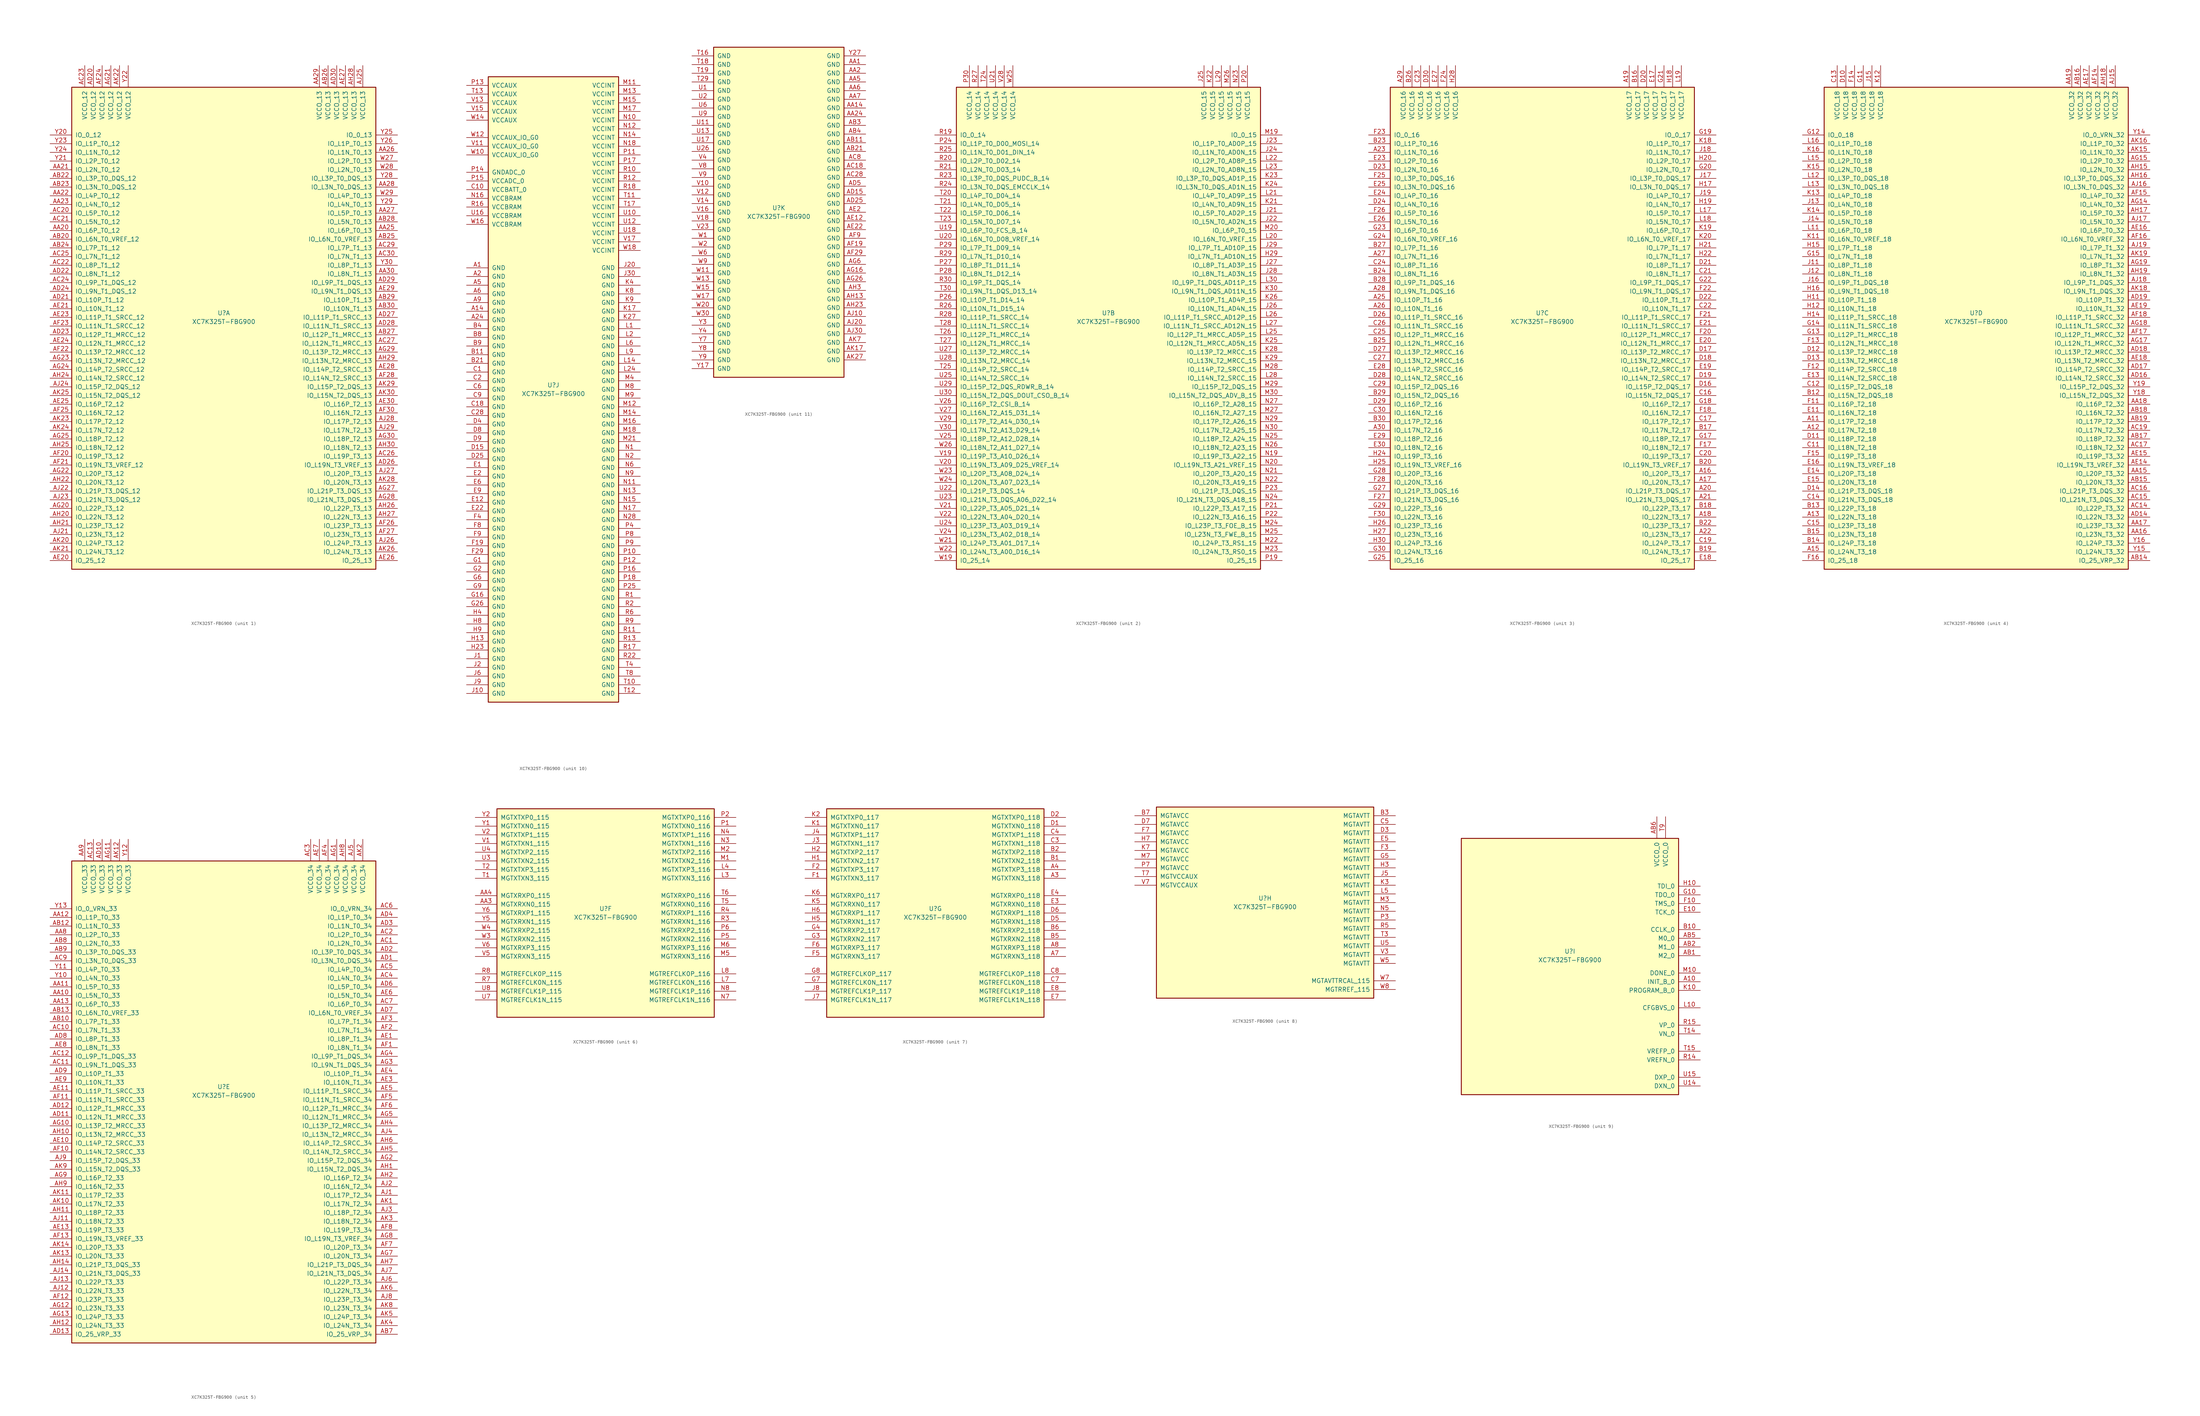
<source format=kicad_sym>
(kicad_symbol_lib
  (version 20220914)
  (generator kicad_symbol_editor)
  (symbol "XC7K325T-FBG900"
    (pin_names
      (offset 1.016))
    (property "Reference" "U"
      (at 0 1.27 0)
      (effects (font (size 1.27 1.27))))
    (property "Value" "XC7K325T-FBG900"
      (at 0 -1.27 0)
      (effects (font (size 1.27 1.27))))
    (property "Datasheet" ""
      (at 0 0 0)
      (effects (font (size 1.27 1.27))))
    (property "ki_locked" ""
      (at 0 0 0)
      (effects (font (size 1.27 1.27))))
    (symbol "XC7K325T-FBG900_1_1"
      (rectangle (start -44.45 67.31) (end 44.45 -73.66) (stroke (width 0.254) (type default)) (fill (type background)))
      (pin bidirectional line (at -50.8 25.4 0) (length 6.35) (name "IO_L6P_T0_12" (effects (font (size 1.27 1.27)))) (number "AA20" (effects (font (size 1.27 1.27)))))
      (pin bidirectional line (at -50.8 43.18 0) (length 6.35) (name "IO_L2N_T0_12" (effects (font (size 1.27 1.27)))) (number "AA21" (effects (font (size 1.27 1.27)))))
      (pin bidirectional line (at -50.8 35.56 0) (length 6.35) (name "IO_L4P_T0_12" (effects (font (size 1.27 1.27)))) (number "AA22" (effects (font (size 1.27 1.27)))))
      (pin bidirectional line (at -50.8 33.02 0) (length 6.35) (name "IO_L4N_T0_12" (effects (font (size 1.27 1.27)))) (number "AA23" (effects (font (size 1.27 1.27)))))
      (pin bidirectional line (at 50.8 25.4 180) (length 6.35) (name "IO_L6P_T0_13" (effects (font (size 1.27 1.27)))) (number "AA25" (effects (font (size 1.27 1.27)))))
      (pin bidirectional line (at 50.8 48.26 180) (length 6.35) (name "IO_L1N_T0_13" (effects (font (size 1.27 1.27)))) (number "AA26" (effects (font (size 1.27 1.27)))))
      (pin bidirectional line (at 50.8 30.48 180) (length 6.35) (name "IO_L5P_T0_13" (effects (font (size 1.27 1.27)))) (number "AA27" (effects (font (size 1.27 1.27)))))
      (pin bidirectional line (at 50.8 38.1 180) (length 6.35) (name "IO_L3N_T0_DQS_13" (effects (font (size 1.27 1.27)))) (number "AA28" (effects (font (size 1.27 1.27)))))
      (pin power_in line (at 27.94 73.66 270) (length 6.35) (name "VCCO_13" (effects (font (size 1.27 1.27)))) (number "AA29" (effects (font (size 1.27 1.27)))))
      (pin bidirectional line (at 50.8 12.7 180) (length 6.35) (name "IO_L8N_T1_13" (effects (font (size 1.27 1.27)))) (number "AA30" (effects (font (size 1.27 1.27)))))
      (pin bidirectional line (at -50.8 22.86 0) (length 6.35) (name "IO_L6N_T0_VREF_12" (effects (font (size 1.27 1.27)))) (number "AB20" (effects (font (size 1.27 1.27)))))
      (pin bidirectional line (at -50.8 40.64 0) (length 6.35) (name "IO_L3P_T0_DQS_12" (effects (font (size 1.27 1.27)))) (number "AB22" (effects (font (size 1.27 1.27)))))
      (pin bidirectional line (at -50.8 38.1 0) (length 6.35) (name "IO_L3N_T0_DQS_12" (effects (font (size 1.27 1.27)))) (number "AB23" (effects (font (size 1.27 1.27)))))
      (pin bidirectional line (at -50.8 20.32 0) (length 6.35) (name "IO_L7P_T1_12" (effects (font (size 1.27 1.27)))) (number "AB24" (effects (font (size 1.27 1.27)))))
      (pin bidirectional line (at 50.8 22.86 180) (length 6.35) (name "IO_L6N_T0_VREF_13" (effects (font (size 1.27 1.27)))) (number "AB25" (effects (font (size 1.27 1.27)))))
      (pin power_in line (at 30.48 73.66 270) (length 6.35) (name "VCCO_13" (effects (font (size 1.27 1.27)))) (number "AB26" (effects (font (size 1.27 1.27)))))
      (pin bidirectional line (at 50.8 -5.08 180) (length 6.35) (name "IO_L12P_T1_MRCC_13" (effects (font (size 1.27 1.27)))) (number "AB27" (effects (font (size 1.27 1.27)))))
      (pin bidirectional line (at 50.8 27.94 180) (length 6.35) (name "IO_L5N_T0_13" (effects (font (size 1.27 1.27)))) (number "AB28" (effects (font (size 1.27 1.27)))))
      (pin bidirectional line (at 50.8 5.08 180) (length 6.35) (name "IO_L10P_T1_13" (effects (font (size 1.27 1.27)))) (number "AB29" (effects (font (size 1.27 1.27)))))
      (pin bidirectional line (at 50.8 2.54 180) (length 6.35) (name "IO_L10N_T1_13" (effects (font (size 1.27 1.27)))) (number "AB30" (effects (font (size 1.27 1.27)))))
      (pin bidirectional line (at -50.8 30.48 0) (length 6.35) (name "IO_L5P_T0_12" (effects (font (size 1.27 1.27)))) (number "AC20" (effects (font (size 1.27 1.27)))))
      (pin bidirectional line (at -50.8 27.94 0) (length 6.35) (name "IO_L5N_T0_12" (effects (font (size 1.27 1.27)))) (number "AC21" (effects (font (size 1.27 1.27)))))
      (pin bidirectional line (at -50.8 15.24 0) (length 6.35) (name "IO_L8P_T1_12" (effects (font (size 1.27 1.27)))) (number "AC22" (effects (font (size 1.27 1.27)))))
      (pin power_in line (at -40.64 73.66 270) (length 6.35) (name "VCCO_12" (effects (font (size 1.27 1.27)))) (number "AC23" (effects (font (size 1.27 1.27)))))
      (pin bidirectional line (at -50.8 10.16 0) (length 6.35) (name "IO_L9P_T1_DQS_12" (effects (font (size 1.27 1.27)))) (number "AC24" (effects (font (size 1.27 1.27)))))
      (pin bidirectional line (at -50.8 17.78 0) (length 6.35) (name "IO_L7N_T1_12" (effects (font (size 1.27 1.27)))) (number "AC25" (effects (font (size 1.27 1.27)))))
      (pin bidirectional line (at 50.8 -40.64 180) (length 6.35) (name "IO_L19P_T3_13" (effects (font (size 1.27 1.27)))) (number "AC26" (effects (font (size 1.27 1.27)))))
      (pin bidirectional line (at 50.8 -7.62 180) (length 6.35) (name "IO_L12N_T1_MRCC_13" (effects (font (size 1.27 1.27)))) (number "AC27" (effects (font (size 1.27 1.27)))))
      (pin bidirectional line (at 50.8 20.32 180) (length 6.35) (name "IO_L7P_T1_13" (effects (font (size 1.27 1.27)))) (number "AC29" (effects (font (size 1.27 1.27)))))
      (pin bidirectional line (at 50.8 17.78 180) (length 6.35) (name "IO_L7N_T1_13" (effects (font (size 1.27 1.27)))) (number "AC30" (effects (font (size 1.27 1.27)))))
      (pin power_in line (at -38.1 73.66 270) (length 6.35) (name "VCCO_12" (effects (font (size 1.27 1.27)))) (number "AD20" (effects (font (size 1.27 1.27)))))
      (pin bidirectional line (at -50.8 5.08 0) (length 6.35) (name "IO_L10P_T1_12" (effects (font (size 1.27 1.27)))) (number "AD21" (effects (font (size 1.27 1.27)))))
      (pin bidirectional line (at -50.8 12.7 0) (length 6.35) (name "IO_L8N_T1_12" (effects (font (size 1.27 1.27)))) (number "AD22" (effects (font (size 1.27 1.27)))))
      (pin bidirectional line (at -50.8 -5.08 0) (length 6.35) (name "IO_L12P_T1_MRCC_12" (effects (font (size 1.27 1.27)))) (number "AD23" (effects (font (size 1.27 1.27)))))
      (pin bidirectional line (at -50.8 7.62 0) (length 6.35) (name "IO_L9N_T1_DQS_12" (effects (font (size 1.27 1.27)))) (number "AD24" (effects (font (size 1.27 1.27)))))
      (pin bidirectional line (at 50.8 -43.18 180) (length 6.35) (name "IO_L19N_T3_VREF_13" (effects (font (size 1.27 1.27)))) (number "AD26" (effects (font (size 1.27 1.27)))))
      (pin bidirectional line (at 50.8 0 180) (length 6.35) (name "IO_L11P_T1_SRCC_13" (effects (font (size 1.27 1.27)))) (number "AD27" (effects (font (size 1.27 1.27)))))
      (pin bidirectional line (at 50.8 -2.54 180) (length 6.35) (name "IO_L11N_T1_SRCC_13" (effects (font (size 1.27 1.27)))) (number "AD28" (effects (font (size 1.27 1.27)))))
      (pin bidirectional line (at 50.8 10.16 180) (length 6.35) (name "IO_L9P_T1_DQS_13" (effects (font (size 1.27 1.27)))) (number "AD29" (effects (font (size 1.27 1.27)))))
      (pin power_in line (at 33.02 73.66 270) (length 6.35) (name "VCCO_13" (effects (font (size 1.27 1.27)))) (number "AD30" (effects (font (size 1.27 1.27)))))
      (pin bidirectional line (at -50.8 -71.12 0) (length 6.35) (name "IO_25_12" (effects (font (size 1.27 1.27)))) (number "AE20" (effects (font (size 1.27 1.27)))))
      (pin bidirectional line (at -50.8 2.54 0) (length 6.35) (name "IO_L10N_T1_12" (effects (font (size 1.27 1.27)))) (number "AE21" (effects (font (size 1.27 1.27)))))
      (pin bidirectional line (at -50.8 0 0) (length 6.35) (name "IO_L11P_T1_SRCC_12" (effects (font (size 1.27 1.27)))) (number "AE23" (effects (font (size 1.27 1.27)))))
      (pin bidirectional line (at -50.8 -7.62 0) (length 6.35) (name "IO_L12N_T1_MRCC_12" (effects (font (size 1.27 1.27)))) (number "AE24" (effects (font (size 1.27 1.27)))))
      (pin bidirectional line (at -50.8 -25.4 0) (length 6.35) (name "IO_L16P_T2_12" (effects (font (size 1.27 1.27)))) (number "AE25" (effects (font (size 1.27 1.27)))))
      (pin bidirectional line (at 50.8 -71.12 180) (length 6.35) (name "IO_25_13" (effects (font (size 1.27 1.27)))) (number "AE26" (effects (font (size 1.27 1.27)))))
      (pin power_in line (at 35.56 73.66 270) (length 6.35) (name "VCCO_13" (effects (font (size 1.27 1.27)))) (number "AE27" (effects (font (size 1.27 1.27)))))
      (pin bidirectional line (at 50.8 -15.24 180) (length 6.35) (name "IO_L14P_T2_SRCC_13" (effects (font (size 1.27 1.27)))) (number "AE28" (effects (font (size 1.27 1.27)))))
      (pin bidirectional line (at 50.8 7.62 180) (length 6.35) (name "IO_L9N_T1_DQS_13" (effects (font (size 1.27 1.27)))) (number "AE29" (effects (font (size 1.27 1.27)))))
      (pin bidirectional line (at 50.8 -25.4 180) (length 6.35) (name "IO_L16P_T2_13" (effects (font (size 1.27 1.27)))) (number "AE30" (effects (font (size 1.27 1.27)))))
      (pin bidirectional line (at -50.8 -40.64 0) (length 6.35) (name "IO_L19P_T3_12" (effects (font (size 1.27 1.27)))) (number "AF20" (effects (font (size 1.27 1.27)))))
      (pin bidirectional line (at -50.8 -43.18 0) (length 6.35) (name "IO_L19N_T3_VREF_12" (effects (font (size 1.27 1.27)))) (number "AF21" (effects (font (size 1.27 1.27)))))
      (pin bidirectional line (at -50.8 -10.16 0) (length 6.35) (name "IO_L13P_T2_MRCC_12" (effects (font (size 1.27 1.27)))) (number "AF22" (effects (font (size 1.27 1.27)))))
      (pin bidirectional line (at -50.8 -2.54 0) (length 6.35) (name "IO_L11N_T1_SRCC_12" (effects (font (size 1.27 1.27)))) (number "AF23" (effects (font (size 1.27 1.27)))))
      (pin power_in line (at -35.56 73.66 270) (length 6.35) (name "VCCO_12" (effects (font (size 1.27 1.27)))) (number "AF24" (effects (font (size 1.27 1.27)))))
      (pin bidirectional line (at -50.8 -27.94 0) (length 6.35) (name "IO_L16N_T2_12" (effects (font (size 1.27 1.27)))) (number "AF25" (effects (font (size 1.27 1.27)))))
      (pin bidirectional line (at 50.8 -60.96 180) (length 6.35) (name "IO_L23P_T3_13" (effects (font (size 1.27 1.27)))) (number "AF26" (effects (font (size 1.27 1.27)))))
      (pin bidirectional line (at 50.8 -63.5 180) (length 6.35) (name "IO_L23N_T3_13" (effects (font (size 1.27 1.27)))) (number "AF27" (effects (font (size 1.27 1.27)))))
      (pin bidirectional line (at 50.8 -17.78 180) (length 6.35) (name "IO_L14N_T2_SRCC_13" (effects (font (size 1.27 1.27)))) (number "AF28" (effects (font (size 1.27 1.27)))))
      (pin bidirectional line (at 50.8 -27.94 180) (length 6.35) (name "IO_L16N_T2_13" (effects (font (size 1.27 1.27)))) (number "AF30" (effects (font (size 1.27 1.27)))))
      (pin bidirectional line (at -50.8 -55.88 0) (length 6.35) (name "IO_L22P_T3_12" (effects (font (size 1.27 1.27)))) (number "AG20" (effects (font (size 1.27 1.27)))))
      (pin power_in line (at -33.02 73.66 270) (length 6.35) (name "VCCO_12" (effects (font (size 1.27 1.27)))) (number "AG21" (effects (font (size 1.27 1.27)))))
      (pin bidirectional line (at -50.8 -45.72 0) (length 6.35) (name "IO_L20P_T3_12" (effects (font (size 1.27 1.27)))) (number "AG22" (effects (font (size 1.27 1.27)))))
      (pin bidirectional line (at -50.8 -12.7 0) (length 6.35) (name "IO_L13N_T2_MRCC_12" (effects (font (size 1.27 1.27)))) (number "AG23" (effects (font (size 1.27 1.27)))))
      (pin bidirectional line (at -50.8 -15.24 0) (length 6.35) (name "IO_L14P_T2_SRCC_12" (effects (font (size 1.27 1.27)))) (number "AG24" (effects (font (size 1.27 1.27)))))
      (pin bidirectional line (at -50.8 -35.56 0) (length 6.35) (name "IO_L18P_T2_12" (effects (font (size 1.27 1.27)))) (number "AG25" (effects (font (size 1.27 1.27)))))
      (pin bidirectional line (at 50.8 -50.8 180) (length 6.35) (name "IO_L21P_T3_DQS_13" (effects (font (size 1.27 1.27)))) (number "AG27" (effects (font (size 1.27 1.27)))))
      (pin bidirectional line (at 50.8 -53.34 180) (length 6.35) (name "IO_L21N_T3_DQS_13" (effects (font (size 1.27 1.27)))) (number "AG28" (effects (font (size 1.27 1.27)))))
      (pin bidirectional line (at 50.8 -10.16 180) (length 6.35) (name "IO_L13P_T2_MRCC_13" (effects (font (size 1.27 1.27)))) (number "AG29" (effects (font (size 1.27 1.27)))))
      (pin bidirectional line (at 50.8 -35.56 180) (length 6.35) (name "IO_L18P_T2_13" (effects (font (size 1.27 1.27)))) (number "AG30" (effects (font (size 1.27 1.27)))))
      (pin bidirectional line (at -50.8 -58.42 0) (length 6.35) (name "IO_L22N_T3_12" (effects (font (size 1.27 1.27)))) (number "AH20" (effects (font (size 1.27 1.27)))))
      (pin bidirectional line (at -50.8 -60.96 0) (length 6.35) (name "IO_L23P_T3_12" (effects (font (size 1.27 1.27)))) (number "AH21" (effects (font (size 1.27 1.27)))))
      (pin bidirectional line (at -50.8 -48.26 0) (length 6.35) (name "IO_L20N_T3_12" (effects (font (size 1.27 1.27)))) (number "AH22" (effects (font (size 1.27 1.27)))))
      (pin bidirectional line (at -50.8 -17.78 0) (length 6.35) (name "IO_L14N_T2_SRCC_12" (effects (font (size 1.27 1.27)))) (number "AH24" (effects (font (size 1.27 1.27)))))
      (pin bidirectional line (at -50.8 -38.1 0) (length 6.35) (name "IO_L18N_T2_12" (effects (font (size 1.27 1.27)))) (number "AH25" (effects (font (size 1.27 1.27)))))
      (pin bidirectional line (at 50.8 -55.88 180) (length 6.35) (name "IO_L22P_T3_13" (effects (font (size 1.27 1.27)))) (number "AH26" (effects (font (size 1.27 1.27)))))
      (pin bidirectional line (at 50.8 -58.42 180) (length 6.35) (name "IO_L22N_T3_13" (effects (font (size 1.27 1.27)))) (number "AH27" (effects (font (size 1.27 1.27)))))
      (pin power_in line (at 38.1 73.66 270) (length 6.35) (name "VCCO_13" (effects (font (size 1.27 1.27)))) (number "AH28" (effects (font (size 1.27 1.27)))))
      (pin bidirectional line (at 50.8 -12.7 180) (length 6.35) (name "IO_L13N_T2_MRCC_13" (effects (font (size 1.27 1.27)))) (number "AH29" (effects (font (size 1.27 1.27)))))
      (pin bidirectional line (at 50.8 -38.1 180) (length 6.35) (name "IO_L18N_T2_13" (effects (font (size 1.27 1.27)))) (number "AH30" (effects (font (size 1.27 1.27)))))
      (pin bidirectional line (at -50.8 -63.5 0) (length 6.35) (name "IO_L23N_T3_12" (effects (font (size 1.27 1.27)))) (number "AJ21" (effects (font (size 1.27 1.27)))))
      (pin bidirectional line (at -50.8 -50.8 0) (length 6.35) (name "IO_L21P_T3_DQS_12" (effects (font (size 1.27 1.27)))) (number "AJ22" (effects (font (size 1.27 1.27)))))
      (pin bidirectional line (at -50.8 -53.34 0) (length 6.35) (name "IO_L21N_T3_DQS_12" (effects (font (size 1.27 1.27)))) (number "AJ23" (effects (font (size 1.27 1.27)))))
      (pin bidirectional line (at -50.8 -20.32 0) (length 6.35) (name "IO_L15P_T2_DQS_12" (effects (font (size 1.27 1.27)))) (number "AJ24" (effects (font (size 1.27 1.27)))))
      (pin power_in line (at 40.64 73.66 270) (length 6.35) (name "VCCO_13" (effects (font (size 1.27 1.27)))) (number "AJ25" (effects (font (size 1.27 1.27)))))
      (pin bidirectional line (at 50.8 -66.04 180) (length 6.35) (name "IO_L24P_T3_13" (effects (font (size 1.27 1.27)))) (number "AJ26" (effects (font (size 1.27 1.27)))))
      (pin bidirectional line (at 50.8 -45.72 180) (length 6.35) (name "IO_L20P_T3_13" (effects (font (size 1.27 1.27)))) (number "AJ27" (effects (font (size 1.27 1.27)))))
      (pin bidirectional line (at 50.8 -30.48 180) (length 6.35) (name "IO_L17P_T2_13" (effects (font (size 1.27 1.27)))) (number "AJ28" (effects (font (size 1.27 1.27)))))
      (pin bidirectional line (at 50.8 -33.02 180) (length 6.35) (name "IO_L17N_T2_13" (effects (font (size 1.27 1.27)))) (number "AJ29" (effects (font (size 1.27 1.27)))))
      (pin bidirectional line (at -50.8 -66.04 0) (length 6.35) (name "IO_L24P_T3_12" (effects (font (size 1.27 1.27)))) (number "AK20" (effects (font (size 1.27 1.27)))))
      (pin bidirectional line (at -50.8 -68.58 0) (length 6.35) (name "IO_L24N_T3_12" (effects (font (size 1.27 1.27)))) (number "AK21" (effects (font (size 1.27 1.27)))))
      (pin power_in line (at -30.48 73.66 270) (length 6.35) (name "VCCO_12" (effects (font (size 1.27 1.27)))) (number "AK22" (effects (font (size 1.27 1.27)))))
      (pin bidirectional line (at -50.8 -30.48 0) (length 6.35) (name "IO_L17P_T2_12" (effects (font (size 1.27 1.27)))) (number "AK23" (effects (font (size 1.27 1.27)))))
      (pin bidirectional line (at -50.8 -33.02 0) (length 6.35) (name "IO_L17N_T2_12" (effects (font (size 1.27 1.27)))) (number "AK24" (effects (font (size 1.27 1.27)))))
      (pin bidirectional line (at -50.8 -22.86 0) (length 6.35) (name "IO_L15N_T2_DQS_12" (effects (font (size 1.27 1.27)))) (number "AK25" (effects (font (size 1.27 1.27)))))
      (pin bidirectional line (at 50.8 -68.58 180) (length 6.35) (name "IO_L24N_T3_13" (effects (font (size 1.27 1.27)))) (number "AK26" (effects (font (size 1.27 1.27)))))
      (pin bidirectional line (at 50.8 -48.26 180) (length 6.35) (name "IO_L20N_T3_13" (effects (font (size 1.27 1.27)))) (number "AK28" (effects (font (size 1.27 1.27)))))
      (pin bidirectional line (at 50.8 -20.32 180) (length 6.35) (name "IO_L15P_T2_DQS_13" (effects (font (size 1.27 1.27)))) (number "AK29" (effects (font (size 1.27 1.27)))))
      (pin bidirectional line (at 50.8 -22.86 180) (length 6.35) (name "IO_L15N_T2_DQS_13" (effects (font (size 1.27 1.27)))) (number "AK30" (effects (font (size 1.27 1.27)))))
      (pin bidirectional line (at 50.8 45.72 180) (length 6.35) (name "IO_L2P_T0_13" (effects (font (size 1.27 1.27)))) (number "W27" (effects (font (size 1.27 1.27)))))
      (pin bidirectional line (at 50.8 43.18 180) (length 6.35) (name "IO_L2N_T0_13" (effects (font (size 1.27 1.27)))) (number "W28" (effects (font (size 1.27 1.27)))))
      (pin bidirectional line (at 50.8 35.56 180) (length 6.35) (name "IO_L4P_T0_13" (effects (font (size 1.27 1.27)))) (number "W29" (effects (font (size 1.27 1.27)))))
      (pin bidirectional line (at -50.8 53.34 0) (length 6.35) (name "IO_0_12" (effects (font (size 1.27 1.27)))) (number "Y20" (effects (font (size 1.27 1.27)))))
      (pin bidirectional line (at -50.8 45.72 0) (length 6.35) (name "IO_L2P_T0_12" (effects (font (size 1.27 1.27)))) (number "Y21" (effects (font (size 1.27 1.27)))))
      (pin power_in line (at -27.94 73.66 270) (length 6.35) (name "VCCO_12" (effects (font (size 1.27 1.27)))) (number "Y22" (effects (font (size 1.27 1.27)))))
      (pin bidirectional line (at -50.8 50.8 0) (length 6.35) (name "IO_L1P_T0_12" (effects (font (size 1.27 1.27)))) (number "Y23" (effects (font (size 1.27 1.27)))))
      (pin bidirectional line (at -50.8 48.26 0) (length 6.35) (name "IO_L1N_T0_12" (effects (font (size 1.27 1.27)))) (number "Y24" (effects (font (size 1.27 1.27)))))
      (pin bidirectional line (at 50.8 53.34 180) (length 6.35) (name "IO_0_13" (effects (font (size 1.27 1.27)))) (number "Y25" (effects (font (size 1.27 1.27)))))
      (pin bidirectional line (at 50.8 50.8 180) (length 6.35) (name "IO_L1P_T0_13" (effects (font (size 1.27 1.27)))) (number "Y26" (effects (font (size 1.27 1.27)))))
      (pin bidirectional line (at 50.8 40.64 180) (length 6.35) (name "IO_L3P_T0_DQS_13" (effects (font (size 1.27 1.27)))) (number "Y28" (effects (font (size 1.27 1.27)))))
      (pin bidirectional line (at 50.8 33.02 180) (length 6.35) (name "IO_L4N_T0_13" (effects (font (size 1.27 1.27)))) (number "Y29" (effects (font (size 1.27 1.27)))))
      (pin bidirectional line (at 50.8 15.24 180) (length 6.35) (name "IO_L8P_T1_13" (effects (font (size 1.27 1.27)))) (number "Y30" (effects (font (size 1.27 1.27))))))
    (symbol "XC7K325T-FBG900_2_1"
      (rectangle (start -44.45 67.31) (end 44.45 -73.66) (stroke (width 0.254) (type default)) (fill (type background)))
      (pin bidirectional line (at 50.8 17.78 180) (length 6.35) (name "IO_L7N_T1_AD10N_15" (effects (font (size 1.27 1.27)))) (number "H29" (effects (font (size 1.27 1.27)))))
      (pin bidirectional line (at 50.8 30.48 180) (length 6.35) (name "IO_L5P_T0_AD2P_15" (effects (font (size 1.27 1.27)))) (number "J21" (effects (font (size 1.27 1.27)))))
      (pin bidirectional line (at 50.8 27.94 180) (length 6.35) (name "IO_L5N_T0_AD2N_15" (effects (font (size 1.27 1.27)))) (number "J22" (effects (font (size 1.27 1.27)))))
      (pin bidirectional line (at 50.8 50.8 180) (length 6.35) (name "IO_L1P_T0_AD0P_15" (effects (font (size 1.27 1.27)))) (number "J23" (effects (font (size 1.27 1.27)))))
      (pin bidirectional line (at 50.8 48.26 180) (length 6.35) (name "IO_L1N_T0_AD0N_15" (effects (font (size 1.27 1.27)))) (number "J24" (effects (font (size 1.27 1.27)))))
      (pin power_in line (at 27.94 73.66 270) (length 6.35) (name "VCCO_15" (effects (font (size 1.27 1.27)))) (number "J25" (effects (font (size 1.27 1.27)))))
      (pin bidirectional line (at 50.8 2.54 180) (length 6.35) (name "IO_L10N_T1_AD4N_15" (effects (font (size 1.27 1.27)))) (number "J26" (effects (font (size 1.27 1.27)))))
      (pin bidirectional line (at 50.8 15.24 180) (length 6.35) (name "IO_L8P_T1_AD3P_15" (effects (font (size 1.27 1.27)))) (number "J27" (effects (font (size 1.27 1.27)))))
      (pin bidirectional line (at 50.8 12.7 180) (length 6.35) (name "IO_L8N_T1_AD3N_15" (effects (font (size 1.27 1.27)))) (number "J28" (effects (font (size 1.27 1.27)))))
      (pin bidirectional line (at 50.8 20.32 180) (length 6.35) (name "IO_L7P_T1_AD10P_15" (effects (font (size 1.27 1.27)))) (number "J29" (effects (font (size 1.27 1.27)))))
      (pin bidirectional line (at 50.8 33.02 180) (length 6.35) (name "IO_L4N_T0_AD9N_15" (effects (font (size 1.27 1.27)))) (number "K21" (effects (font (size 1.27 1.27)))))
      (pin power_in line (at 30.48 73.66 270) (length 6.35) (name "VCCO_15" (effects (font (size 1.27 1.27)))) (number "K22" (effects (font (size 1.27 1.27)))))
      (pin bidirectional line (at 50.8 40.64 180) (length 6.35) (name "IO_L3P_T0_DQS_AD1P_15" (effects (font (size 1.27 1.27)))) (number "K23" (effects (font (size 1.27 1.27)))))
      (pin bidirectional line (at 50.8 38.1 180) (length 6.35) (name "IO_L3N_T0_DQS_AD1N_15" (effects (font (size 1.27 1.27)))) (number "K24" (effects (font (size 1.27 1.27)))))
      (pin bidirectional line (at 50.8 -7.62 180) (length 6.35) (name "IO_L12N_T1_MRCC_AD5N_15" (effects (font (size 1.27 1.27)))) (number "K25" (effects (font (size 1.27 1.27)))))
      (pin bidirectional line (at 50.8 5.08 180) (length 6.35) (name "IO_L10P_T1_AD4P_15" (effects (font (size 1.27 1.27)))) (number "K26" (effects (font (size 1.27 1.27)))))
      (pin bidirectional line (at 50.8 -10.16 180) (length 6.35) (name "IO_L13P_T2_MRCC_15" (effects (font (size 1.27 1.27)))) (number "K28" (effects (font (size 1.27 1.27)))))
      (pin bidirectional line (at 50.8 -12.7 180) (length 6.35) (name "IO_L13N_T2_MRCC_15" (effects (font (size 1.27 1.27)))) (number "K29" (effects (font (size 1.27 1.27)))))
      (pin bidirectional line (at 50.8 7.62 180) (length 6.35) (name "IO_L9N_T1_DQS_AD11N_15" (effects (font (size 1.27 1.27)))) (number "K30" (effects (font (size 1.27 1.27)))))
      (pin bidirectional line (at 50.8 22.86 180) (length 6.35) (name "IO_L6N_T0_VREF_15" (effects (font (size 1.27 1.27)))) (number "L20" (effects (font (size 1.27 1.27)))))
      (pin bidirectional line (at 50.8 35.56 180) (length 6.35) (name "IO_L4P_T0_AD9P_15" (effects (font (size 1.27 1.27)))) (number "L21" (effects (font (size 1.27 1.27)))))
      (pin bidirectional line (at 50.8 45.72 180) (length 6.35) (name "IO_L2P_T0_AD8P_15" (effects (font (size 1.27 1.27)))) (number "L22" (effects (font (size 1.27 1.27)))))
      (pin bidirectional line (at 50.8 43.18 180) (length 6.35) (name "IO_L2N_T0_AD8N_15" (effects (font (size 1.27 1.27)))) (number "L23" (effects (font (size 1.27 1.27)))))
      (pin bidirectional line (at 50.8 -5.08 180) (length 6.35) (name "IO_L12P_T1_MRCC_AD5P_15" (effects (font (size 1.27 1.27)))) (number "L25" (effects (font (size 1.27 1.27)))))
      (pin bidirectional line (at 50.8 0 180) (length 6.35) (name "IO_L11P_T1_SRCC_AD12P_15" (effects (font (size 1.27 1.27)))) (number "L26" (effects (font (size 1.27 1.27)))))
      (pin bidirectional line (at 50.8 -2.54 180) (length 6.35) (name "IO_L11N_T1_SRCC_AD12N_15" (effects (font (size 1.27 1.27)))) (number "L27" (effects (font (size 1.27 1.27)))))
      (pin bidirectional line (at 50.8 -17.78 180) (length 6.35) (name "IO_L14N_T2_SRCC_15" (effects (font (size 1.27 1.27)))) (number "L28" (effects (font (size 1.27 1.27)))))
      (pin power_in line (at 33.02 73.66 270) (length 6.35) (name "VCCO_15" (effects (font (size 1.27 1.27)))) (number "L29" (effects (font (size 1.27 1.27)))))
      (pin bidirectional line (at 50.8 10.16 180) (length 6.35) (name "IO_L9P_T1_DQS_AD11P_15" (effects (font (size 1.27 1.27)))) (number "L30" (effects (font (size 1.27 1.27)))))
      (pin bidirectional line (at 50.8 53.34 180) (length 6.35) (name "IO_0_15" (effects (font (size 1.27 1.27)))) (number "M19" (effects (font (size 1.27 1.27)))))
      (pin bidirectional line (at 50.8 25.4 180) (length 6.35) (name "IO_L6P_T0_15" (effects (font (size 1.27 1.27)))) (number "M20" (effects (font (size 1.27 1.27)))))
      (pin bidirectional line (at 50.8 -66.04 180) (length 6.35) (name "IO_L24P_T3_RS1_15" (effects (font (size 1.27 1.27)))) (number "M22" (effects (font (size 1.27 1.27)))))
      (pin bidirectional line (at 50.8 -68.58 180) (length 6.35) (name "IO_L24N_T3_RS0_15" (effects (font (size 1.27 1.27)))) (number "M23" (effects (font (size 1.27 1.27)))))
      (pin bidirectional line (at 50.8 -60.96 180) (length 6.35) (name "IO_L23P_T3_FOE_B_15" (effects (font (size 1.27 1.27)))) (number "M24" (effects (font (size 1.27 1.27)))))
      (pin bidirectional line (at 50.8 -63.5 180) (length 6.35) (name "IO_L23N_T3_FWE_B_15" (effects (font (size 1.27 1.27)))) (number "M25" (effects (font (size 1.27 1.27)))))
      (pin power_in line (at 35.56 73.66 270) (length 6.35) (name "VCCO_15" (effects (font (size 1.27 1.27)))) (number "M26" (effects (font (size 1.27 1.27)))))
      (pin bidirectional line (at 50.8 -27.94 180) (length 6.35) (name "IO_L16N_T2_A27_15" (effects (font (size 1.27 1.27)))) (number "M27" (effects (font (size 1.27 1.27)))))
      (pin bidirectional line (at 50.8 -15.24 180) (length 6.35) (name "IO_L14P_T2_SRCC_15" (effects (font (size 1.27 1.27)))) (number "M28" (effects (font (size 1.27 1.27)))))
      (pin bidirectional line (at 50.8 -20.32 180) (length 6.35) (name "IO_L15P_T2_DQS_15" (effects (font (size 1.27 1.27)))) (number "M29" (effects (font (size 1.27 1.27)))))
      (pin bidirectional line (at 50.8 -22.86 180) (length 6.35) (name "IO_L15N_T2_DQS_ADV_B_15" (effects (font (size 1.27 1.27)))) (number "M30" (effects (font (size 1.27 1.27)))))
      (pin bidirectional line (at 50.8 -40.64 180) (length 6.35) (name "IO_L19P_T3_A22_15" (effects (font (size 1.27 1.27)))) (number "N19" (effects (font (size 1.27 1.27)))))
      (pin bidirectional line (at 50.8 -43.18 180) (length 6.35) (name "IO_L19N_T3_A21_VREF_15" (effects (font (size 1.27 1.27)))) (number "N20" (effects (font (size 1.27 1.27)))))
      (pin bidirectional line (at 50.8 -45.72 180) (length 6.35) (name "IO_L20P_T3_A20_15" (effects (font (size 1.27 1.27)))) (number "N21" (effects (font (size 1.27 1.27)))))
      (pin bidirectional line (at 50.8 -48.26 180) (length 6.35) (name "IO_L20N_T3_A19_15" (effects (font (size 1.27 1.27)))) (number "N22" (effects (font (size 1.27 1.27)))))
      (pin power_in line (at 38.1 73.66 270) (length 6.35) (name "VCCO_15" (effects (font (size 1.27 1.27)))) (number "N23" (effects (font (size 1.27 1.27)))))
      (pin bidirectional line (at 50.8 -53.34 180) (length 6.35) (name "IO_L21N_T3_DQS_A18_15" (effects (font (size 1.27 1.27)))) (number "N24" (effects (font (size 1.27 1.27)))))
      (pin bidirectional line (at 50.8 -35.56 180) (length 6.35) (name "IO_L18P_T2_A24_15" (effects (font (size 1.27 1.27)))) (number "N25" (effects (font (size 1.27 1.27)))))
      (pin bidirectional line (at 50.8 -38.1 180) (length 6.35) (name "IO_L18N_T2_A23_15" (effects (font (size 1.27 1.27)))) (number "N26" (effects (font (size 1.27 1.27)))))
      (pin bidirectional line (at 50.8 -25.4 180) (length 6.35) (name "IO_L16P_T2_A28_15" (effects (font (size 1.27 1.27)))) (number "N27" (effects (font (size 1.27 1.27)))))
      (pin bidirectional line (at 50.8 -30.48 180) (length 6.35) (name "IO_L17P_T2_A26_15" (effects (font (size 1.27 1.27)))) (number "N29" (effects (font (size 1.27 1.27)))))
      (pin bidirectional line (at 50.8 -33.02 180) (length 6.35) (name "IO_L17N_T2_A25_15" (effects (font (size 1.27 1.27)))) (number "N30" (effects (font (size 1.27 1.27)))))
      (pin bidirectional line (at 50.8 -71.12 180) (length 6.35) (name "IO_25_15" (effects (font (size 1.27 1.27)))) (number "P19" (effects (font (size 1.27 1.27)))))
      (pin power_in line (at 40.64 73.66 270) (length 6.35) (name "VCCO_15" (effects (font (size 1.27 1.27)))) (number "P20" (effects (font (size 1.27 1.27)))))
      (pin bidirectional line (at 50.8 -55.88 180) (length 6.35) (name "IO_L22P_T3_A17_15" (effects (font (size 1.27 1.27)))) (number "P21" (effects (font (size 1.27 1.27)))))
      (pin bidirectional line (at 50.8 -58.42 180) (length 6.35) (name "IO_L22N_T3_A16_15" (effects (font (size 1.27 1.27)))) (number "P22" (effects (font (size 1.27 1.27)))))
      (pin bidirectional line (at 50.8 -50.8 180) (length 6.35) (name "IO_L21P_T3_DQS_15" (effects (font (size 1.27 1.27)))) (number "P23" (effects (font (size 1.27 1.27)))))
      (pin bidirectional line (at -50.8 50.8 0) (length 6.35) (name "IO_L1P_T0_D00_MOSI_14" (effects (font (size 1.27 1.27)))) (number "P24" (effects (font (size 1.27 1.27)))))
      (pin bidirectional line (at -50.8 5.08 0) (length 6.35) (name "IO_L10P_T1_D14_14" (effects (font (size 1.27 1.27)))) (number "P26" (effects (font (size 1.27 1.27)))))
      (pin bidirectional line (at -50.8 15.24 0) (length 6.35) (name "IO_L8P_T1_D11_14" (effects (font (size 1.27 1.27)))) (number "P27" (effects (font (size 1.27 1.27)))))
      (pin bidirectional line (at -50.8 12.7 0) (length 6.35) (name "IO_L8N_T1_D12_14" (effects (font (size 1.27 1.27)))) (number "P28" (effects (font (size 1.27 1.27)))))
      (pin bidirectional line (at -50.8 20.32 0) (length 6.35) (name "IO_L7P_T1_D09_14" (effects (font (size 1.27 1.27)))) (number "P29" (effects (font (size 1.27 1.27)))))
      (pin power_in line (at -40.64 73.66 270) (length 6.35) (name "VCCO_14" (effects (font (size 1.27 1.27)))) (number "P30" (effects (font (size 1.27 1.27)))))
      (pin bidirectional line (at -50.8 53.34 0) (length 6.35) (name "IO_0_14" (effects (font (size 1.27 1.27)))) (number "R19" (effects (font (size 1.27 1.27)))))
      (pin bidirectional line (at -50.8 45.72 0) (length 6.35) (name "IO_L2P_T0_D02_14" (effects (font (size 1.27 1.27)))) (number "R20" (effects (font (size 1.27 1.27)))))
      (pin bidirectional line (at -50.8 43.18 0) (length 6.35) (name "IO_L2N_T0_D03_14" (effects (font (size 1.27 1.27)))) (number "R21" (effects (font (size 1.27 1.27)))))
      (pin bidirectional line (at -50.8 40.64 0) (length 6.35) (name "IO_L3P_T0_DQS_PUDC_B_14" (effects (font (size 1.27 1.27)))) (number "R23" (effects (font (size 1.27 1.27)))))
      (pin bidirectional line (at -50.8 38.1 0) (length 6.35) (name "IO_L3N_T0_DQS_EMCCLK_14" (effects (font (size 1.27 1.27)))) (number "R24" (effects (font (size 1.27 1.27)))))
      (pin bidirectional line (at -50.8 48.26 0) (length 6.35) (name "IO_L1N_T0_D01_DIN_14" (effects (font (size 1.27 1.27)))) (number "R25" (effects (font (size 1.27 1.27)))))
      (pin bidirectional line (at -50.8 2.54 0) (length 6.35) (name "IO_L10N_T1_D15_14" (effects (font (size 1.27 1.27)))) (number "R26" (effects (font (size 1.27 1.27)))))
      (pin power_in line (at -38.1 73.66 270) (length 6.35) (name "VCCO_14" (effects (font (size 1.27 1.27)))) (number "R27" (effects (font (size 1.27 1.27)))))
      (pin bidirectional line (at -50.8 0 0) (length 6.35) (name "IO_L11P_T1_SRCC_14" (effects (font (size 1.27 1.27)))) (number "R28" (effects (font (size 1.27 1.27)))))
      (pin bidirectional line (at -50.8 17.78 0) (length 6.35) (name "IO_L7N_T1_D10_14" (effects (font (size 1.27 1.27)))) (number "R29" (effects (font (size 1.27 1.27)))))
      (pin bidirectional line (at -50.8 10.16 0) (length 6.35) (name "IO_L9P_T1_DQS_14" (effects (font (size 1.27 1.27)))) (number "R30" (effects (font (size 1.27 1.27)))))
      (pin bidirectional line (at -50.8 35.56 0) (length 6.35) (name "IO_L4P_T0_D04_14" (effects (font (size 1.27 1.27)))) (number "T20" (effects (font (size 1.27 1.27)))))
      (pin bidirectional line (at -50.8 33.02 0) (length 6.35) (name "IO_L4N_T0_D05_14" (effects (font (size 1.27 1.27)))) (number "T21" (effects (font (size 1.27 1.27)))))
      (pin bidirectional line (at -50.8 30.48 0) (length 6.35) (name "IO_L5P_T0_D06_14" (effects (font (size 1.27 1.27)))) (number "T22" (effects (font (size 1.27 1.27)))))
      (pin bidirectional line (at -50.8 27.94 0) (length 6.35) (name "IO_L5N_T0_D07_14" (effects (font (size 1.27 1.27)))) (number "T23" (effects (font (size 1.27 1.27)))))
      (pin power_in line (at -35.56 73.66 270) (length 6.35) (name "VCCO_14" (effects (font (size 1.27 1.27)))) (number "T24" (effects (font (size 1.27 1.27)))))
      (pin bidirectional line (at -50.8 -15.24 0) (length 6.35) (name "IO_L14P_T2_SRCC_14" (effects (font (size 1.27 1.27)))) (number "T25" (effects (font (size 1.27 1.27)))))
      (pin bidirectional line (at -50.8 -5.08 0) (length 6.35) (name "IO_L12P_T1_MRCC_14" (effects (font (size 1.27 1.27)))) (number "T26" (effects (font (size 1.27 1.27)))))
      (pin bidirectional line (at -50.8 -7.62 0) (length 6.35) (name "IO_L12N_T1_MRCC_14" (effects (font (size 1.27 1.27)))) (number "T27" (effects (font (size 1.27 1.27)))))
      (pin bidirectional line (at -50.8 -2.54 0) (length 6.35) (name "IO_L11N_T1_SRCC_14" (effects (font (size 1.27 1.27)))) (number "T28" (effects (font (size 1.27 1.27)))))
      (pin bidirectional line (at -50.8 7.62 0) (length 6.35) (name "IO_L9N_T1_DQS_D13_14" (effects (font (size 1.27 1.27)))) (number "T30" (effects (font (size 1.27 1.27)))))
      (pin bidirectional line (at -50.8 25.4 0) (length 6.35) (name "IO_L6P_T0_FCS_B_14" (effects (font (size 1.27 1.27)))) (number "U19" (effects (font (size 1.27 1.27)))))
      (pin bidirectional line (at -50.8 22.86 0) (length 6.35) (name "IO_L6N_T0_D08_VREF_14" (effects (font (size 1.27 1.27)))) (number "U20" (effects (font (size 1.27 1.27)))))
      (pin power_in line (at -33.02 73.66 270) (length 6.35) (name "VCCO_14" (effects (font (size 1.27 1.27)))) (number "U21" (effects (font (size 1.27 1.27)))))
      (pin bidirectional line (at -50.8 -50.8 0) (length 6.35) (name "IO_L21P_T3_DQS_14" (effects (font (size 1.27 1.27)))) (number "U22" (effects (font (size 1.27 1.27)))))
      (pin bidirectional line (at -50.8 -53.34 0) (length 6.35) (name "IO_L21N_T3_DQS_A06_D22_14" (effects (font (size 1.27 1.27)))) (number "U23" (effects (font (size 1.27 1.27)))))
      (pin bidirectional line (at -50.8 -60.96 0) (length 6.35) (name "IO_L23P_T3_A03_D19_14" (effects (font (size 1.27 1.27)))) (number "U24" (effects (font (size 1.27 1.27)))))
      (pin bidirectional line (at -50.8 -17.78 0) (length 6.35) (name "IO_L14N_T2_SRCC_14" (effects (font (size 1.27 1.27)))) (number "U25" (effects (font (size 1.27 1.27)))))
      (pin bidirectional line (at -50.8 -10.16 0) (length 6.35) (name "IO_L13P_T2_MRCC_14" (effects (font (size 1.27 1.27)))) (number "U27" (effects (font (size 1.27 1.27)))))
      (pin bidirectional line (at -50.8 -12.7 0) (length 6.35) (name "IO_L13N_T2_MRCC_14" (effects (font (size 1.27 1.27)))) (number "U28" (effects (font (size 1.27 1.27)))))
      (pin bidirectional line (at -50.8 -20.32 0) (length 6.35) (name "IO_L15P_T2_DQS_RDWR_B_14" (effects (font (size 1.27 1.27)))) (number "U29" (effects (font (size 1.27 1.27)))))
      (pin bidirectional line (at -50.8 -22.86 0) (length 6.35) (name "IO_L15N_T2_DQS_DOUT_CSO_B_14" (effects (font (size 1.27 1.27)))) (number "U30" (effects (font (size 1.27 1.27)))))
      (pin bidirectional line (at -50.8 -40.64 0) (length 6.35) (name "IO_L19P_T3_A10_D26_14" (effects (font (size 1.27 1.27)))) (number "V19" (effects (font (size 1.27 1.27)))))
      (pin bidirectional line (at -50.8 -43.18 0) (length 6.35) (name "IO_L19N_T3_A09_D25_VREF_14" (effects (font (size 1.27 1.27)))) (number "V20" (effects (font (size 1.27 1.27)))))
      (pin bidirectional line (at -50.8 -55.88 0) (length 6.35) (name "IO_L22P_T3_A05_D21_14" (effects (font (size 1.27 1.27)))) (number "V21" (effects (font (size 1.27 1.27)))))
      (pin bidirectional line (at -50.8 -58.42 0) (length 6.35) (name "IO_L22N_T3_A04_D20_14" (effects (font (size 1.27 1.27)))) (number "V22" (effects (font (size 1.27 1.27)))))
      (pin bidirectional line (at -50.8 -63.5 0) (length 6.35) (name "IO_L23N_T3_A02_D18_14" (effects (font (size 1.27 1.27)))) (number "V24" (effects (font (size 1.27 1.27)))))
      (pin bidirectional line (at -50.8 -35.56 0) (length 6.35) (name "IO_L18P_T2_A12_D28_14" (effects (font (size 1.27 1.27)))) (number "V25" (effects (font (size 1.27 1.27)))))
      (pin bidirectional line (at -50.8 -25.4 0) (length 6.35) (name "IO_L16P_T2_CSI_B_14" (effects (font (size 1.27 1.27)))) (number "V26" (effects (font (size 1.27 1.27)))))
      (pin bidirectional line (at -50.8 -27.94 0) (length 6.35) (name "IO_L16N_T2_A15_D31_14" (effects (font (size 1.27 1.27)))) (number "V27" (effects (font (size 1.27 1.27)))))
      (pin power_in line (at -30.48 73.66 270) (length 6.35) (name "VCCO_14" (effects (font (size 1.27 1.27)))) (number "V28" (effects (font (size 1.27 1.27)))))
      (pin bidirectional line (at -50.8 -30.48 0) (length 6.35) (name "IO_L17P_T2_A14_D30_14" (effects (font (size 1.27 1.27)))) (number "V29" (effects (font (size 1.27 1.27)))))
      (pin bidirectional line (at -50.8 -33.02 0) (length 6.35) (name "IO_L17N_T2_A13_D29_14" (effects (font (size 1.27 1.27)))) (number "V30" (effects (font (size 1.27 1.27)))))
      (pin bidirectional line (at -50.8 -71.12 0) (length 6.35) (name "IO_25_14" (effects (font (size 1.27 1.27)))) (number "W19" (effects (font (size 1.27 1.27)))))
      (pin bidirectional line (at -50.8 -66.04 0) (length 6.35) (name "IO_L24P_T3_A01_D17_14" (effects (font (size 1.27 1.27)))) (number "W21" (effects (font (size 1.27 1.27)))))
      (pin bidirectional line (at -50.8 -68.58 0) (length 6.35) (name "IO_L24N_T3_A00_D16_14" (effects (font (size 1.27 1.27)))) (number "W22" (effects (font (size 1.27 1.27)))))
      (pin bidirectional line (at -50.8 -45.72 0) (length 6.35) (name "IO_L20P_T3_A08_D24_14" (effects (font (size 1.27 1.27)))) (number "W23" (effects (font (size 1.27 1.27)))))
      (pin bidirectional line (at -50.8 -48.26 0) (length 6.35) (name "IO_L20N_T3_A07_D23_14" (effects (font (size 1.27 1.27)))) (number "W24" (effects (font (size 1.27 1.27)))))
      (pin power_in line (at -27.94 73.66 270) (length 6.35) (name "VCCO_14" (effects (font (size 1.27 1.27)))) (number "W25" (effects (font (size 1.27 1.27)))))
      (pin bidirectional line (at -50.8 -38.1 0) (length 6.35) (name "IO_L18N_T2_A11_D27_14" (effects (font (size 1.27 1.27)))) (number "W26" (effects (font (size 1.27 1.27))))))
    (symbol "XC7K325T-FBG900_3_1"
      (rectangle (start -44.45 67.31) (end 44.45 -73.66) (stroke (width 0.254) (type default)) (fill (type background)))
      (pin bidirectional line (at 50.8 -45.72 180) (length 6.35) (name "IO_L20P_T3_17" (effects (font (size 1.27 1.27)))) (number "A16" (effects (font (size 1.27 1.27)))))
      (pin bidirectional line (at 50.8 -48.26 180) (length 6.35) (name "IO_L20N_T3_17" (effects (font (size 1.27 1.27)))) (number "A17" (effects (font (size 1.27 1.27)))))
      (pin bidirectional line (at 50.8 -58.42 180) (length 6.35) (name "IO_L22N_T3_17" (effects (font (size 1.27 1.27)))) (number "A18" (effects (font (size 1.27 1.27)))))
      (pin power_in line (at 25.4 73.66 270) (length 6.35) (name "VCCO_17" (effects (font (size 1.27 1.27)))) (number "A19" (effects (font (size 1.27 1.27)))))
      (pin bidirectional line (at 50.8 -50.8 180) (length 6.35) (name "IO_L21P_T3_DQS_17" (effects (font (size 1.27 1.27)))) (number "A20" (effects (font (size 1.27 1.27)))))
      (pin bidirectional line (at 50.8 -53.34 180) (length 6.35) (name "IO_L21N_T3_DQS_17" (effects (font (size 1.27 1.27)))) (number "A21" (effects (font (size 1.27 1.27)))))
      (pin bidirectional line (at 50.8 -63.5 180) (length 6.35) (name "IO_L23N_T3_17" (effects (font (size 1.27 1.27)))) (number "A22" (effects (font (size 1.27 1.27)))))
      (pin bidirectional line (at -50.8 48.26 0) (length 6.35) (name "IO_L1N_T0_16" (effects (font (size 1.27 1.27)))) (number "A23" (effects (font (size 1.27 1.27)))))
      (pin bidirectional line (at -50.8 5.08 0) (length 6.35) (name "IO_L10P_T1_16" (effects (font (size 1.27 1.27)))) (number "A25" (effects (font (size 1.27 1.27)))))
      (pin bidirectional line (at -50.8 2.54 0) (length 6.35) (name "IO_L10N_T1_16" (effects (font (size 1.27 1.27)))) (number "A26" (effects (font (size 1.27 1.27)))))
      (pin bidirectional line (at -50.8 17.78 0) (length 6.35) (name "IO_L7N_T1_16" (effects (font (size 1.27 1.27)))) (number "A27" (effects (font (size 1.27 1.27)))))
      (pin bidirectional line (at -50.8 7.62 0) (length 6.35) (name "IO_L9N_T1_DQS_16" (effects (font (size 1.27 1.27)))) (number "A28" (effects (font (size 1.27 1.27)))))
      (pin power_in line (at -40.64 73.66 270) (length 6.35) (name "VCCO_16" (effects (font (size 1.27 1.27)))) (number "A29" (effects (font (size 1.27 1.27)))))
      (pin bidirectional line (at -50.8 -33.02 0) (length 6.35) (name "IO_L17N_T2_16" (effects (font (size 1.27 1.27)))) (number "A30" (effects (font (size 1.27 1.27)))))
      (pin power_in line (at 27.94 73.66 270) (length 6.35) (name "VCCO_17" (effects (font (size 1.27 1.27)))) (number "B16" (effects (font (size 1.27 1.27)))))
      (pin bidirectional line (at 50.8 -33.02 180) (length 6.35) (name "IO_L17N_T2_17" (effects (font (size 1.27 1.27)))) (number "B17" (effects (font (size 1.27 1.27)))))
      (pin bidirectional line (at 50.8 -55.88 180) (length 6.35) (name "IO_L22P_T3_17" (effects (font (size 1.27 1.27)))) (number "B18" (effects (font (size 1.27 1.27)))))
      (pin bidirectional line (at 50.8 -68.58 180) (length 6.35) (name "IO_L24N_T3_17" (effects (font (size 1.27 1.27)))) (number "B19" (effects (font (size 1.27 1.27)))))
      (pin bidirectional line (at 50.8 -43.18 180) (length 6.35) (name "IO_L19N_T3_VREF_17" (effects (font (size 1.27 1.27)))) (number "B20" (effects (font (size 1.27 1.27)))))
      (pin bidirectional line (at 50.8 -60.96 180) (length 6.35) (name "IO_L23P_T3_17" (effects (font (size 1.27 1.27)))) (number "B22" (effects (font (size 1.27 1.27)))))
      (pin bidirectional line (at -50.8 50.8 0) (length 6.35) (name "IO_L1P_T0_16" (effects (font (size 1.27 1.27)))) (number "B23" (effects (font (size 1.27 1.27)))))
      (pin bidirectional line (at -50.8 12.7 0) (length 6.35) (name "IO_L8N_T1_16" (effects (font (size 1.27 1.27)))) (number "B24" (effects (font (size 1.27 1.27)))))
      (pin bidirectional line (at -50.8 -7.62 0) (length 6.35) (name "IO_L12N_T1_MRCC_16" (effects (font (size 1.27 1.27)))) (number "B25" (effects (font (size 1.27 1.27)))))
      (pin power_in line (at -38.1 73.66 270) (length 6.35) (name "VCCO_16" (effects (font (size 1.27 1.27)))) (number "B26" (effects (font (size 1.27 1.27)))))
      (pin bidirectional line (at -50.8 20.32 0) (length 6.35) (name "IO_L7P_T1_16" (effects (font (size 1.27 1.27)))) (number "B27" (effects (font (size 1.27 1.27)))))
      (pin bidirectional line (at -50.8 10.16 0) (length 6.35) (name "IO_L9P_T1_DQS_16" (effects (font (size 1.27 1.27)))) (number "B28" (effects (font (size 1.27 1.27)))))
      (pin bidirectional line (at -50.8 -22.86 0) (length 6.35) (name "IO_L15N_T2_DQS_16" (effects (font (size 1.27 1.27)))) (number "B29" (effects (font (size 1.27 1.27)))))
      (pin bidirectional line (at -50.8 -30.48 0) (length 6.35) (name "IO_L17P_T2_16" (effects (font (size 1.27 1.27)))) (number "B30" (effects (font (size 1.27 1.27)))))
      (pin bidirectional line (at 50.8 -22.86 180) (length 6.35) (name "IO_L15N_T2_DQS_17" (effects (font (size 1.27 1.27)))) (number "C16" (effects (font (size 1.27 1.27)))))
      (pin bidirectional line (at 50.8 -30.48 180) (length 6.35) (name "IO_L17P_T2_17" (effects (font (size 1.27 1.27)))) (number "C17" (effects (font (size 1.27 1.27)))))
      (pin bidirectional line (at 50.8 -66.04 180) (length 6.35) (name "IO_L24P_T3_17" (effects (font (size 1.27 1.27)))) (number "C19" (effects (font (size 1.27 1.27)))))
      (pin bidirectional line (at 50.8 -40.64 180) (length 6.35) (name "IO_L19P_T3_17" (effects (font (size 1.27 1.27)))) (number "C20" (effects (font (size 1.27 1.27)))))
      (pin bidirectional line (at 50.8 12.7 180) (length 6.35) (name "IO_L8N_T1_17" (effects (font (size 1.27 1.27)))) (number "C21" (effects (font (size 1.27 1.27)))))
      (pin bidirectional line (at 50.8 2.54 180) (length 6.35) (name "IO_L10N_T1_17" (effects (font (size 1.27 1.27)))) (number "C22" (effects (font (size 1.27 1.27)))))
      (pin power_in line (at -35.56 73.66 270) (length 6.35) (name "VCCO_16" (effects (font (size 1.27 1.27)))) (number "C23" (effects (font (size 1.27 1.27)))))
      (pin bidirectional line (at -50.8 15.24 0) (length 6.35) (name "IO_L8P_T1_16" (effects (font (size 1.27 1.27)))) (number "C24" (effects (font (size 1.27 1.27)))))
      (pin bidirectional line (at -50.8 -5.08 0) (length 6.35) (name "IO_L12P_T1_MRCC_16" (effects (font (size 1.27 1.27)))) (number "C25" (effects (font (size 1.27 1.27)))))
      (pin bidirectional line (at -50.8 -2.54 0) (length 6.35) (name "IO_L11N_T1_SRCC_16" (effects (font (size 1.27 1.27)))) (number "C26" (effects (font (size 1.27 1.27)))))
      (pin bidirectional line (at -50.8 -12.7 0) (length 6.35) (name "IO_L13N_T2_MRCC_16" (effects (font (size 1.27 1.27)))) (number "C27" (effects (font (size 1.27 1.27)))))
      (pin bidirectional line (at -50.8 -20.32 0) (length 6.35) (name "IO_L15P_T2_DQS_16" (effects (font (size 1.27 1.27)))) (number "C29" (effects (font (size 1.27 1.27)))))
      (pin bidirectional line (at -50.8 -27.94 0) (length 6.35) (name "IO_L16N_T2_16" (effects (font (size 1.27 1.27)))) (number "C30" (effects (font (size 1.27 1.27)))))
      (pin bidirectional line (at 50.8 -20.32 180) (length 6.35) (name "IO_L15P_T2_DQS_17" (effects (font (size 1.27 1.27)))) (number "D16" (effects (font (size 1.27 1.27)))))
      (pin bidirectional line (at 50.8 -10.16 180) (length 6.35) (name "IO_L13P_T2_MRCC_17" (effects (font (size 1.27 1.27)))) (number "D17" (effects (font (size 1.27 1.27)))))
      (pin bidirectional line (at 50.8 -12.7 180) (length 6.35) (name "IO_L13N_T2_MRCC_17" (effects (font (size 1.27 1.27)))) (number "D18" (effects (font (size 1.27 1.27)))))
      (pin bidirectional line (at 50.8 -17.78 180) (length 6.35) (name "IO_L14N_T2_SRCC_17" (effects (font (size 1.27 1.27)))) (number "D19" (effects (font (size 1.27 1.27)))))
      (pin power_in line (at 30.48 73.66 270) (length 6.35) (name "VCCO_17" (effects (font (size 1.27 1.27)))) (number "D20" (effects (font (size 1.27 1.27)))))
      (pin bidirectional line (at 50.8 15.24 180) (length 6.35) (name "IO_L8P_T1_17" (effects (font (size 1.27 1.27)))) (number "D21" (effects (font (size 1.27 1.27)))))
      (pin bidirectional line (at 50.8 5.08 180) (length 6.35) (name "IO_L10P_T1_17" (effects (font (size 1.27 1.27)))) (number "D22" (effects (font (size 1.27 1.27)))))
      (pin bidirectional line (at -50.8 43.18 0) (length 6.35) (name "IO_L2N_T0_16" (effects (font (size 1.27 1.27)))) (number "D23" (effects (font (size 1.27 1.27)))))
      (pin bidirectional line (at -50.8 33.02 0) (length 6.35) (name "IO_L4N_T0_16" (effects (font (size 1.27 1.27)))) (number "D24" (effects (font (size 1.27 1.27)))))
      (pin bidirectional line (at -50.8 0 0) (length 6.35) (name "IO_L11P_T1_SRCC_16" (effects (font (size 1.27 1.27)))) (number "D26" (effects (font (size 1.27 1.27)))))
      (pin bidirectional line (at -50.8 -10.16 0) (length 6.35) (name "IO_L13P_T2_MRCC_16" (effects (font (size 1.27 1.27)))) (number "D27" (effects (font (size 1.27 1.27)))))
      (pin bidirectional line (at -50.8 -17.78 0) (length 6.35) (name "IO_L14N_T2_SRCC_16" (effects (font (size 1.27 1.27)))) (number "D28" (effects (font (size 1.27 1.27)))))
      (pin bidirectional line (at -50.8 -25.4 0) (length 6.35) (name "IO_L16P_T2_16" (effects (font (size 1.27 1.27)))) (number "D29" (effects (font (size 1.27 1.27)))))
      (pin power_in line (at -33.02 73.66 270) (length 6.35) (name "VCCO_16" (effects (font (size 1.27 1.27)))) (number "D30" (effects (font (size 1.27 1.27)))))
      (pin power_in line (at 33.02 73.66 270) (length 6.35) (name "VCCO_17" (effects (font (size 1.27 1.27)))) (number "E17" (effects (font (size 1.27 1.27)))))
      (pin bidirectional line (at 50.8 -71.12 180) (length 6.35) (name "IO_25_17" (effects (font (size 1.27 1.27)))) (number "E18" (effects (font (size 1.27 1.27)))))
      (pin bidirectional line (at 50.8 -15.24 180) (length 6.35) (name "IO_L14P_T2_SRCC_17" (effects (font (size 1.27 1.27)))) (number "E19" (effects (font (size 1.27 1.27)))))
      (pin bidirectional line (at 50.8 -7.62 180) (length 6.35) (name "IO_L12N_T1_MRCC_17" (effects (font (size 1.27 1.27)))) (number "E20" (effects (font (size 1.27 1.27)))))
      (pin bidirectional line (at 50.8 -2.54 180) (length 6.35) (name "IO_L11N_T1_SRCC_17" (effects (font (size 1.27 1.27)))) (number "E21" (effects (font (size 1.27 1.27)))))
      (pin bidirectional line (at -50.8 45.72 0) (length 6.35) (name "IO_L2P_T0_16" (effects (font (size 1.27 1.27)))) (number "E23" (effects (font (size 1.27 1.27)))))
      (pin bidirectional line (at -50.8 35.56 0) (length 6.35) (name "IO_L4P_T0_16" (effects (font (size 1.27 1.27)))) (number "E24" (effects (font (size 1.27 1.27)))))
      (pin bidirectional line (at -50.8 38.1 0) (length 6.35) (name "IO_L3N_T0_DQS_16" (effects (font (size 1.27 1.27)))) (number "E25" (effects (font (size 1.27 1.27)))))
      (pin bidirectional line (at -50.8 27.94 0) (length 6.35) (name "IO_L5N_T0_16" (effects (font (size 1.27 1.27)))) (number "E26" (effects (font (size 1.27 1.27)))))
      (pin power_in line (at -30.48 73.66 270) (length 6.35) (name "VCCO_16" (effects (font (size 1.27 1.27)))) (number "E27" (effects (font (size 1.27 1.27)))))
      (pin bidirectional line (at -50.8 -15.24 0) (length 6.35) (name "IO_L14P_T2_SRCC_16" (effects (font (size 1.27 1.27)))) (number "E28" (effects (font (size 1.27 1.27)))))
      (pin bidirectional line (at -50.8 -35.56 0) (length 6.35) (name "IO_L18P_T2_16" (effects (font (size 1.27 1.27)))) (number "E29" (effects (font (size 1.27 1.27)))))
      (pin bidirectional line (at -50.8 -38.1 0) (length 6.35) (name "IO_L18N_T2_16" (effects (font (size 1.27 1.27)))) (number "E30" (effects (font (size 1.27 1.27)))))
      (pin bidirectional line (at 50.8 -38.1 180) (length 6.35) (name "IO_L18N_T2_17" (effects (font (size 1.27 1.27)))) (number "F17" (effects (font (size 1.27 1.27)))))
      (pin bidirectional line (at 50.8 -27.94 180) (length 6.35) (name "IO_L16N_T2_17" (effects (font (size 1.27 1.27)))) (number "F18" (effects (font (size 1.27 1.27)))))
      (pin bidirectional line (at 50.8 -5.08 180) (length 6.35) (name "IO_L12P_T1_MRCC_17" (effects (font (size 1.27 1.27)))) (number "F20" (effects (font (size 1.27 1.27)))))
      (pin bidirectional line (at 50.8 0 180) (length 6.35) (name "IO_L11P_T1_SRCC_17" (effects (font (size 1.27 1.27)))) (number "F21" (effects (font (size 1.27 1.27)))))
      (pin bidirectional line (at 50.8 7.62 180) (length 6.35) (name "IO_L9N_T1_DQS_17" (effects (font (size 1.27 1.27)))) (number "F22" (effects (font (size 1.27 1.27)))))
      (pin bidirectional line (at -50.8 53.34 0) (length 6.35) (name "IO_0_16" (effects (font (size 1.27 1.27)))) (number "F23" (effects (font (size 1.27 1.27)))))
      (pin power_in line (at -27.94 73.66 270) (length 6.35) (name "VCCO_16" (effects (font (size 1.27 1.27)))) (number "F24" (effects (font (size 1.27 1.27)))))
      (pin bidirectional line (at -50.8 40.64 0) (length 6.35) (name "IO_L3P_T0_DQS_16" (effects (font (size 1.27 1.27)))) (number "F25" (effects (font (size 1.27 1.27)))))
      (pin bidirectional line (at -50.8 30.48 0) (length 6.35) (name "IO_L5P_T0_16" (effects (font (size 1.27 1.27)))) (number "F26" (effects (font (size 1.27 1.27)))))
      (pin bidirectional line (at -50.8 -53.34 0) (length 6.35) (name "IO_L21N_T3_DQS_16" (effects (font (size 1.27 1.27)))) (number "F27" (effects (font (size 1.27 1.27)))))
      (pin bidirectional line (at -50.8 -48.26 0) (length 6.35) (name "IO_L20N_T3_16" (effects (font (size 1.27 1.27)))) (number "F28" (effects (font (size 1.27 1.27)))))
      (pin bidirectional line (at -50.8 -58.42 0) (length 6.35) (name "IO_L22N_T3_16" (effects (font (size 1.27 1.27)))) (number "F30" (effects (font (size 1.27 1.27)))))
      (pin bidirectional line (at 50.8 -35.56 180) (length 6.35) (name "IO_L18P_T2_17" (effects (font (size 1.27 1.27)))) (number "G17" (effects (font (size 1.27 1.27)))))
      (pin bidirectional line (at 50.8 -25.4 180) (length 6.35) (name "IO_L16P_T2_17" (effects (font (size 1.27 1.27)))) (number "G18" (effects (font (size 1.27 1.27)))))
      (pin bidirectional line (at 50.8 53.34 180) (length 6.35) (name "IO_0_17" (effects (font (size 1.27 1.27)))) (number "G19" (effects (font (size 1.27 1.27)))))
      (pin bidirectional line (at 50.8 43.18 180) (length 6.35) (name "IO_L2N_T0_17" (effects (font (size 1.27 1.27)))) (number "G20" (effects (font (size 1.27 1.27)))))
      (pin power_in line (at 35.56 73.66 270) (length 6.35) (name "VCCO_17" (effects (font (size 1.27 1.27)))) (number "G21" (effects (font (size 1.27 1.27)))))
      (pin bidirectional line (at 50.8 10.16 180) (length 6.35) (name "IO_L9P_T1_DQS_17" (effects (font (size 1.27 1.27)))) (number "G22" (effects (font (size 1.27 1.27)))))
      (pin bidirectional line (at -50.8 25.4 0) (length 6.35) (name "IO_L6P_T0_16" (effects (font (size 1.27 1.27)))) (number "G23" (effects (font (size 1.27 1.27)))))
      (pin bidirectional line (at -50.8 22.86 0) (length 6.35) (name "IO_L6N_T0_VREF_16" (effects (font (size 1.27 1.27)))) (number "G24" (effects (font (size 1.27 1.27)))))
      (pin bidirectional line (at -50.8 -71.12 0) (length 6.35) (name "IO_25_16" (effects (font (size 1.27 1.27)))) (number "G25" (effects (font (size 1.27 1.27)))))
      (pin bidirectional line (at -50.8 -50.8 0) (length 6.35) (name "IO_L21P_T3_DQS_16" (effects (font (size 1.27 1.27)))) (number "G27" (effects (font (size 1.27 1.27)))))
      (pin bidirectional line (at -50.8 -45.72 0) (length 6.35) (name "IO_L20P_T3_16" (effects (font (size 1.27 1.27)))) (number "G28" (effects (font (size 1.27 1.27)))))
      (pin bidirectional line (at -50.8 -55.88 0) (length 6.35) (name "IO_L22P_T3_16" (effects (font (size 1.27 1.27)))) (number "G29" (effects (font (size 1.27 1.27)))))
      (pin bidirectional line (at -50.8 -68.58 0) (length 6.35) (name "IO_L24N_T3_16" (effects (font (size 1.27 1.27)))) (number "G30" (effects (font (size 1.27 1.27)))))
      (pin bidirectional line (at 50.8 38.1 180) (length 6.35) (name "IO_L3N_T0_DQS_17" (effects (font (size 1.27 1.27)))) (number "H17" (effects (font (size 1.27 1.27)))))
      (pin power_in line (at 38.1 73.66 270) (length 6.35) (name "VCCO_17" (effects (font (size 1.27 1.27)))) (number "H18" (effects (font (size 1.27 1.27)))))
      (pin bidirectional line (at 50.8 33.02 180) (length 6.35) (name "IO_L4N_T0_17" (effects (font (size 1.27 1.27)))) (number "H19" (effects (font (size 1.27 1.27)))))
      (pin bidirectional line (at 50.8 45.72 180) (length 6.35) (name "IO_L2P_T0_17" (effects (font (size 1.27 1.27)))) (number "H20" (effects (font (size 1.27 1.27)))))
      (pin bidirectional line (at 50.8 20.32 180) (length 6.35) (name "IO_L7P_T1_17" (effects (font (size 1.27 1.27)))) (number "H21" (effects (font (size 1.27 1.27)))))
      (pin bidirectional line (at 50.8 17.78 180) (length 6.35) (name "IO_L7N_T1_17" (effects (font (size 1.27 1.27)))) (number "H22" (effects (font (size 1.27 1.27)))))
      (pin bidirectional line (at -50.8 -40.64 0) (length 6.35) (name "IO_L19P_T3_16" (effects (font (size 1.27 1.27)))) (number "H24" (effects (font (size 1.27 1.27)))))
      (pin bidirectional line (at -50.8 -43.18 0) (length 6.35) (name "IO_L19N_T3_VREF_16" (effects (font (size 1.27 1.27)))) (number "H25" (effects (font (size 1.27 1.27)))))
      (pin bidirectional line (at -50.8 -60.96 0) (length 6.35) (name "IO_L23P_T3_16" (effects (font (size 1.27 1.27)))) (number "H26" (effects (font (size 1.27 1.27)))))
      (pin bidirectional line (at -50.8 -63.5 0) (length 6.35) (name "IO_L23N_T3_16" (effects (font (size 1.27 1.27)))) (number "H27" (effects (font (size 1.27 1.27)))))
      (pin power_in line (at -25.4 73.66 270) (length 6.35) (name "VCCO_16" (effects (font (size 1.27 1.27)))) (number "H28" (effects (font (size 1.27 1.27)))))
      (pin bidirectional line (at -50.8 -66.04 0) (length 6.35) (name "IO_L24P_T3_16" (effects (font (size 1.27 1.27)))) (number "H30" (effects (font (size 1.27 1.27)))))
      (pin bidirectional line (at 50.8 40.64 180) (length 6.35) (name "IO_L3P_T0_DQS_17" (effects (font (size 1.27 1.27)))) (number "J17" (effects (font (size 1.27 1.27)))))
      (pin bidirectional line (at 50.8 48.26 180) (length 6.35) (name "IO_L1N_T0_17" (effects (font (size 1.27 1.27)))) (number "J18" (effects (font (size 1.27 1.27)))))
      (pin bidirectional line (at 50.8 35.56 180) (length 6.35) (name "IO_L4P_T0_17" (effects (font (size 1.27 1.27)))) (number "J19" (effects (font (size 1.27 1.27)))))
      (pin bidirectional line (at 50.8 50.8 180) (length 6.35) (name "IO_L1P_T0_17" (effects (font (size 1.27 1.27)))) (number "K18" (effects (font (size 1.27 1.27)))))
      (pin bidirectional line (at 50.8 25.4 180) (length 6.35) (name "IO_L6P_T0_17" (effects (font (size 1.27 1.27)))) (number "K19" (effects (font (size 1.27 1.27)))))
      (pin bidirectional line (at 50.8 22.86 180) (length 6.35) (name "IO_L6N_T0_VREF_17" (effects (font (size 1.27 1.27)))) (number "K20" (effects (font (size 1.27 1.27)))))
      (pin bidirectional line (at 50.8 30.48 180) (length 6.35) (name "IO_L5P_T0_17" (effects (font (size 1.27 1.27)))) (number "L17" (effects (font (size 1.27 1.27)))))
      (pin bidirectional line (at 50.8 27.94 180) (length 6.35) (name "IO_L5N_T0_17" (effects (font (size 1.27 1.27)))) (number "L18" (effects (font (size 1.27 1.27)))))
      (pin power_in line (at 40.64 73.66 270) (length 6.35) (name "VCCO_17" (effects (font (size 1.27 1.27)))) (number "L19" (effects (font (size 1.27 1.27))))))
    (symbol "XC7K325T-FBG900_4_1"
      (rectangle (start -44.45 67.31) (end 44.45 -73.66) (stroke (width 0.254) (type default)) (fill (type background)))
      (pin bidirectional line (at -50.8 -30.48 0) (length 6.35) (name "IO_L17P_T2_18" (effects (font (size 1.27 1.27)))) (number "A11" (effects (font (size 1.27 1.27)))))
      (pin bidirectional line (at -50.8 -33.02 0) (length 6.35) (name "IO_L17N_T2_18" (effects (font (size 1.27 1.27)))) (number "A12" (effects (font (size 1.27 1.27)))))
      (pin bidirectional line (at -50.8 -58.42 0) (length 6.35) (name "IO_L22N_T3_18" (effects (font (size 1.27 1.27)))) (number "A13" (effects (font (size 1.27 1.27)))))
      (pin bidirectional line (at -50.8 -68.58 0) (length 6.35) (name "IO_L24N_T3_18" (effects (font (size 1.27 1.27)))) (number "A15" (effects (font (size 1.27 1.27)))))
      (pin bidirectional line (at 50.8 -45.72 180) (length 6.35) (name "IO_L20P_T3_32" (effects (font (size 1.27 1.27)))) (number "AA15" (effects (font (size 1.27 1.27)))))
      (pin bidirectional line (at 50.8 -63.5 180) (length 6.35) (name "IO_L23N_T3_32" (effects (font (size 1.27 1.27)))) (number "AA16" (effects (font (size 1.27 1.27)))))
      (pin bidirectional line (at 50.8 -60.96 180) (length 6.35) (name "IO_L23P_T3_32" (effects (font (size 1.27 1.27)))) (number "AA17" (effects (font (size 1.27 1.27)))))
      (pin bidirectional line (at 50.8 -25.4 180) (length 6.35) (name "IO_L16P_T2_32" (effects (font (size 1.27 1.27)))) (number "AA18" (effects (font (size 1.27 1.27)))))
      (pin power_in line (at 27.94 73.66 270) (length 6.35) (name "VCCO_32" (effects (font (size 1.27 1.27)))) (number "AA19" (effects (font (size 1.27 1.27)))))
      (pin bidirectional line (at 50.8 -71.12 180) (length 6.35) (name "IO_25_VRP_32" (effects (font (size 1.27 1.27)))) (number "AB14" (effects (font (size 1.27 1.27)))))
      (pin bidirectional line (at 50.8 -48.26 180) (length 6.35) (name "IO_L20N_T3_32" (effects (font (size 1.27 1.27)))) (number "AB15" (effects (font (size 1.27 1.27)))))
      (pin power_in line (at 30.48 73.66 270) (length 6.35) (name "VCCO_32" (effects (font (size 1.27 1.27)))) (number "AB16" (effects (font (size 1.27 1.27)))))
      (pin bidirectional line (at 50.8 -35.56 180) (length 6.35) (name "IO_L18P_T2_32" (effects (font (size 1.27 1.27)))) (number "AB17" (effects (font (size 1.27 1.27)))))
      (pin bidirectional line (at 50.8 -27.94 180) (length 6.35) (name "IO_L16N_T2_32" (effects (font (size 1.27 1.27)))) (number "AB18" (effects (font (size 1.27 1.27)))))
      (pin bidirectional line (at 50.8 -30.48 180) (length 6.35) (name "IO_L17P_T2_32" (effects (font (size 1.27 1.27)))) (number "AB19" (effects (font (size 1.27 1.27)))))
      (pin bidirectional line (at 50.8 -55.88 180) (length 6.35) (name "IO_L22P_T3_32" (effects (font (size 1.27 1.27)))) (number "AC14" (effects (font (size 1.27 1.27)))))
      (pin bidirectional line (at 50.8 -53.34 180) (length 6.35) (name "IO_L21N_T3_DQS_32" (effects (font (size 1.27 1.27)))) (number "AC15" (effects (font (size 1.27 1.27)))))
      (pin bidirectional line (at 50.8 -50.8 180) (length 6.35) (name "IO_L21P_T3_DQS_32" (effects (font (size 1.27 1.27)))) (number "AC16" (effects (font (size 1.27 1.27)))))
      (pin bidirectional line (at 50.8 -38.1 180) (length 6.35) (name "IO_L18N_T2_32" (effects (font (size 1.27 1.27)))) (number "AC17" (effects (font (size 1.27 1.27)))))
      (pin bidirectional line (at 50.8 -33.02 180) (length 6.35) (name "IO_L17N_T2_32" (effects (font (size 1.27 1.27)))) (number "AC19" (effects (font (size 1.27 1.27)))))
      (pin bidirectional line (at 50.8 -58.42 180) (length 6.35) (name "IO_L22N_T3_32" (effects (font (size 1.27 1.27)))) (number "AD14" (effects (font (size 1.27 1.27)))))
      (pin bidirectional line (at 50.8 -17.78 180) (length 6.35) (name "IO_L14N_T2_SRCC_32" (effects (font (size 1.27 1.27)))) (number "AD16" (effects (font (size 1.27 1.27)))))
      (pin bidirectional line (at 50.8 -15.24 180) (length 6.35) (name "IO_L14P_T2_SRCC_32" (effects (font (size 1.27 1.27)))) (number "AD17" (effects (font (size 1.27 1.27)))))
      (pin bidirectional line (at 50.8 -10.16 180) (length 6.35) (name "IO_L13P_T2_MRCC_32" (effects (font (size 1.27 1.27)))) (number "AD18" (effects (font (size 1.27 1.27)))))
      (pin bidirectional line (at 50.8 5.08 180) (length 6.35) (name "IO_L10P_T1_32" (effects (font (size 1.27 1.27)))) (number "AD19" (effects (font (size 1.27 1.27)))))
      (pin bidirectional line (at 50.8 -43.18 180) (length 6.35) (name "IO_L19N_T3_VREF_32" (effects (font (size 1.27 1.27)))) (number "AE14" (effects (font (size 1.27 1.27)))))
      (pin bidirectional line (at 50.8 -40.64 180) (length 6.35) (name "IO_L19P_T3_32" (effects (font (size 1.27 1.27)))) (number "AE15" (effects (font (size 1.27 1.27)))))
      (pin bidirectional line (at 50.8 25.4 180) (length 6.35) (name "IO_L6P_T0_32" (effects (font (size 1.27 1.27)))) (number "AE16" (effects (font (size 1.27 1.27)))))
      (pin power_in line (at 33.02 73.66 270) (length 6.35) (name "VCCO_32" (effects (font (size 1.27 1.27)))) (number "AE17" (effects (font (size 1.27 1.27)))))
      (pin bidirectional line (at 50.8 -12.7 180) (length 6.35) (name "IO_L13N_T2_MRCC_32" (effects (font (size 1.27 1.27)))) (number "AE18" (effects (font (size 1.27 1.27)))))
      (pin bidirectional line (at 50.8 2.54 180) (length 6.35) (name "IO_L10N_T1_32" (effects (font (size 1.27 1.27)))) (number "AE19" (effects (font (size 1.27 1.27)))))
      (pin power_in line (at 35.56 73.66 270) (length 6.35) (name "VCCO_32" (effects (font (size 1.27 1.27)))) (number "AF14" (effects (font (size 1.27 1.27)))))
      (pin bidirectional line (at 50.8 35.56 180) (length 6.35) (name "IO_L4P_T0_32" (effects (font (size 1.27 1.27)))) (number "AF15" (effects (font (size 1.27 1.27)))))
      (pin bidirectional line (at 50.8 22.86 180) (length 6.35) (name "IO_L6N_T0_VREF_32" (effects (font (size 1.27 1.27)))) (number "AF16" (effects (font (size 1.27 1.27)))))
      (pin bidirectional line (at 50.8 -5.08 180) (length 6.35) (name "IO_L12P_T1_MRCC_32" (effects (font (size 1.27 1.27)))) (number "AF17" (effects (font (size 1.27 1.27)))))
      (pin bidirectional line (at 50.8 0 180) (length 6.35) (name "IO_L11P_T1_SRCC_32" (effects (font (size 1.27 1.27)))) (number "AF18" (effects (font (size 1.27 1.27)))))
      (pin bidirectional line (at 50.8 33.02 180) (length 6.35) (name "IO_L4N_T0_32" (effects (font (size 1.27 1.27)))) (number "AG14" (effects (font (size 1.27 1.27)))))
      (pin bidirectional line (at 50.8 45.72 180) (length 6.35) (name "IO_L2P_T0_32" (effects (font (size 1.27 1.27)))) (number "AG15" (effects (font (size 1.27 1.27)))))
      (pin bidirectional line (at 50.8 -7.62 180) (length 6.35) (name "IO_L12N_T1_MRCC_32" (effects (font (size 1.27 1.27)))) (number "AG17" (effects (font (size 1.27 1.27)))))
      (pin bidirectional line (at 50.8 -2.54 180) (length 6.35) (name "IO_L11N_T1_SRCC_32" (effects (font (size 1.27 1.27)))) (number "AG18" (effects (font (size 1.27 1.27)))))
      (pin bidirectional line (at 50.8 15.24 180) (length 6.35) (name "IO_L8P_T1_32" (effects (font (size 1.27 1.27)))) (number "AG19" (effects (font (size 1.27 1.27)))))
      (pin bidirectional line (at 50.8 43.18 180) (length 6.35) (name "IO_L2N_T0_32" (effects (font (size 1.27 1.27)))) (number "AH15" (effects (font (size 1.27 1.27)))))
      (pin bidirectional line (at 50.8 40.64 180) (length 6.35) (name "IO_L3P_T0_DQS_32" (effects (font (size 1.27 1.27)))) (number "AH16" (effects (font (size 1.27 1.27)))))
      (pin bidirectional line (at 50.8 30.48 180) (length 6.35) (name "IO_L5P_T0_32" (effects (font (size 1.27 1.27)))) (number "AH17" (effects (font (size 1.27 1.27)))))
      (pin power_in line (at 38.1 73.66 270) (length 6.35) (name "VCCO_32" (effects (font (size 1.27 1.27)))) (number "AH18" (effects (font (size 1.27 1.27)))))
      (pin bidirectional line (at 50.8 12.7 180) (length 6.35) (name "IO_L8N_T1_32" (effects (font (size 1.27 1.27)))) (number "AH19" (effects (font (size 1.27 1.27)))))
      (pin power_in line (at 40.64 73.66 270) (length 6.35) (name "VCCO_32" (effects (font (size 1.27 1.27)))) (number "AJ15" (effects (font (size 1.27 1.27)))))
      (pin bidirectional line (at 50.8 38.1 180) (length 6.35) (name "IO_L3N_T0_DQS_32" (effects (font (size 1.27 1.27)))) (number "AJ16" (effects (font (size 1.27 1.27)))))
      (pin bidirectional line (at 50.8 27.94 180) (length 6.35) (name "IO_L5N_T0_32" (effects (font (size 1.27 1.27)))) (number "AJ17" (effects (font (size 1.27 1.27)))))
      (pin bidirectional line (at 50.8 10.16 180) (length 6.35) (name "IO_L9P_T1_DQS_32" (effects (font (size 1.27 1.27)))) (number "AJ18" (effects (font (size 1.27 1.27)))))
      (pin bidirectional line (at 50.8 20.32 180) (length 6.35) (name "IO_L7P_T1_32" (effects (font (size 1.27 1.27)))) (number "AJ19" (effects (font (size 1.27 1.27)))))
      (pin bidirectional line (at 50.8 48.26 180) (length 6.35) (name "IO_L1N_T0_32" (effects (font (size 1.27 1.27)))) (number "AK15" (effects (font (size 1.27 1.27)))))
      (pin bidirectional line (at 50.8 50.8 180) (length 6.35) (name "IO_L1P_T0_32" (effects (font (size 1.27 1.27)))) (number "AK16" (effects (font (size 1.27 1.27)))))
      (pin bidirectional line (at 50.8 7.62 180) (length 6.35) (name "IO_L9N_T1_DQS_32" (effects (font (size 1.27 1.27)))) (number "AK18" (effects (font (size 1.27 1.27)))))
      (pin bidirectional line (at 50.8 17.78 180) (length 6.35) (name "IO_L7N_T1_32" (effects (font (size 1.27 1.27)))) (number "AK19" (effects (font (size 1.27 1.27)))))
      (pin bidirectional line (at -50.8 -22.86 0) (length 6.35) (name "IO_L15N_T2_DQS_18" (effects (font (size 1.27 1.27)))) (number "B12" (effects (font (size 1.27 1.27)))))
      (pin bidirectional line (at -50.8 -55.88 0) (length 6.35) (name "IO_L22P_T3_18" (effects (font (size 1.27 1.27)))) (number "B13" (effects (font (size 1.27 1.27)))))
      (pin bidirectional line (at -50.8 -66.04 0) (length 6.35) (name "IO_L24P_T3_18" (effects (font (size 1.27 1.27)))) (number "B14" (effects (font (size 1.27 1.27)))))
      (pin bidirectional line (at -50.8 -63.5 0) (length 6.35) (name "IO_L23N_T3_18" (effects (font (size 1.27 1.27)))) (number "B15" (effects (font (size 1.27 1.27)))))
      (pin bidirectional line (at -50.8 -38.1 0) (length 6.35) (name "IO_L18N_T2_18" (effects (font (size 1.27 1.27)))) (number "C11" (effects (font (size 1.27 1.27)))))
      (pin bidirectional line (at -50.8 -20.32 0) (length 6.35) (name "IO_L15P_T2_DQS_18" (effects (font (size 1.27 1.27)))) (number "C12" (effects (font (size 1.27 1.27)))))
      (pin power_in line (at -40.64 73.66 270) (length 6.35) (name "VCCO_18" (effects (font (size 1.27 1.27)))) (number "C13" (effects (font (size 1.27 1.27)))))
      (pin bidirectional line (at -50.8 -53.34 0) (length 6.35) (name "IO_L21N_T3_DQS_18" (effects (font (size 1.27 1.27)))) (number "C14" (effects (font (size 1.27 1.27)))))
      (pin bidirectional line (at -50.8 -60.96 0) (length 6.35) (name "IO_L23P_T3_18" (effects (font (size 1.27 1.27)))) (number "C15" (effects (font (size 1.27 1.27)))))
      (pin power_in line (at -38.1 73.66 270) (length 6.35) (name "VCCO_18" (effects (font (size 1.27 1.27)))) (number "D10" (effects (font (size 1.27 1.27)))))
      (pin bidirectional line (at -50.8 -35.56 0) (length 6.35) (name "IO_L18P_T2_18" (effects (font (size 1.27 1.27)))) (number "D11" (effects (font (size 1.27 1.27)))))
      (pin bidirectional line (at -50.8 -10.16 0) (length 6.35) (name "IO_L13P_T2_MRCC_18" (effects (font (size 1.27 1.27)))) (number "D12" (effects (font (size 1.27 1.27)))))
      (pin bidirectional line (at -50.8 -12.7 0) (length 6.35) (name "IO_L13N_T2_MRCC_18" (effects (font (size 1.27 1.27)))) (number "D13" (effects (font (size 1.27 1.27)))))
      (pin bidirectional line (at -50.8 -50.8 0) (length 6.35) (name "IO_L21P_T3_DQS_18" (effects (font (size 1.27 1.27)))) (number "D14" (effects (font (size 1.27 1.27)))))
      (pin bidirectional line (at -50.8 -27.94 0) (length 6.35) (name "IO_L16N_T2_18" (effects (font (size 1.27 1.27)))) (number "E11" (effects (font (size 1.27 1.27)))))
      (pin bidirectional line (at -50.8 -17.78 0) (length 6.35) (name "IO_L14N_T2_SRCC_18" (effects (font (size 1.27 1.27)))) (number "E13" (effects (font (size 1.27 1.27)))))
      (pin bidirectional line (at -50.8 -45.72 0) (length 6.35) (name "IO_L20P_T3_18" (effects (font (size 1.27 1.27)))) (number "E14" (effects (font (size 1.27 1.27)))))
      (pin bidirectional line (at -50.8 -48.26 0) (length 6.35) (name "IO_L20N_T3_18" (effects (font (size 1.27 1.27)))) (number "E15" (effects (font (size 1.27 1.27)))))
      (pin bidirectional line (at -50.8 -43.18 0) (length 6.35) (name "IO_L19N_T3_VREF_18" (effects (font (size 1.27 1.27)))) (number "E16" (effects (font (size 1.27 1.27)))))
      (pin bidirectional line (at -50.8 -25.4 0) (length 6.35) (name "IO_L16P_T2_18" (effects (font (size 1.27 1.27)))) (number "F11" (effects (font (size 1.27 1.27)))))
      (pin bidirectional line (at -50.8 -15.24 0) (length 6.35) (name "IO_L14P_T2_SRCC_18" (effects (font (size 1.27 1.27)))) (number "F12" (effects (font (size 1.27 1.27)))))
      (pin bidirectional line (at -50.8 -7.62 0) (length 6.35) (name "IO_L12N_T1_MRCC_18" (effects (font (size 1.27 1.27)))) (number "F13" (effects (font (size 1.27 1.27)))))
      (pin power_in line (at -35.56 73.66 270) (length 6.35) (name "VCCO_18" (effects (font (size 1.27 1.27)))) (number "F14" (effects (font (size 1.27 1.27)))))
      (pin bidirectional line (at -50.8 -40.64 0) (length 6.35) (name "IO_L19P_T3_18" (effects (font (size 1.27 1.27)))) (number "F15" (effects (font (size 1.27 1.27)))))
      (pin bidirectional line (at -50.8 -71.12 0) (length 6.35) (name "IO_25_18" (effects (font (size 1.27 1.27)))) (number "F16" (effects (font (size 1.27 1.27)))))
      (pin power_in line (at -33.02 73.66 270) (length 6.35) (name "VCCO_18" (effects (font (size 1.27 1.27)))) (number "G11" (effects (font (size 1.27 1.27)))))
      (pin bidirectional line (at -50.8 53.34 0) (length 6.35) (name "IO_0_18" (effects (font (size 1.27 1.27)))) (number "G12" (effects (font (size 1.27 1.27)))))
      (pin bidirectional line (at -50.8 -5.08 0) (length 6.35) (name "IO_L12P_T1_MRCC_18" (effects (font (size 1.27 1.27)))) (number "G13" (effects (font (size 1.27 1.27)))))
      (pin bidirectional line (at -50.8 -2.54 0) (length 6.35) (name "IO_L11N_T1_SRCC_18" (effects (font (size 1.27 1.27)))) (number "G14" (effects (font (size 1.27 1.27)))))
      (pin bidirectional line (at -50.8 17.78 0) (length 6.35) (name "IO_L7N_T1_18" (effects (font (size 1.27 1.27)))) (number "G15" (effects (font (size 1.27 1.27)))))
      (pin bidirectional line (at -50.8 5.08 0) (length 6.35) (name "IO_L10P_T1_18" (effects (font (size 1.27 1.27)))) (number "H11" (effects (font (size 1.27 1.27)))))
      (pin bidirectional line (at -50.8 2.54 0) (length 6.35) (name "IO_L10N_T1_18" (effects (font (size 1.27 1.27)))) (number "H12" (effects (font (size 1.27 1.27)))))
      (pin bidirectional line (at -50.8 0 0) (length 6.35) (name "IO_L11P_T1_SRCC_18" (effects (font (size 1.27 1.27)))) (number "H14" (effects (font (size 1.27 1.27)))))
      (pin bidirectional line (at -50.8 20.32 0) (length 6.35) (name "IO_L7P_T1_18" (effects (font (size 1.27 1.27)))) (number "H15" (effects (font (size 1.27 1.27)))))
      (pin bidirectional line (at -50.8 7.62 0) (length 6.35) (name "IO_L9N_T1_DQS_18" (effects (font (size 1.27 1.27)))) (number "H16" (effects (font (size 1.27 1.27)))))
      (pin bidirectional line (at -50.8 15.24 0) (length 6.35) (name "IO_L8P_T1_18" (effects (font (size 1.27 1.27)))) (number "J11" (effects (font (size 1.27 1.27)))))
      (pin bidirectional line (at -50.8 12.7 0) (length 6.35) (name "IO_L8N_T1_18" (effects (font (size 1.27 1.27)))) (number "J12" (effects (font (size 1.27 1.27)))))
      (pin bidirectional line (at -50.8 33.02 0) (length 6.35) (name "IO_L4N_T0_18" (effects (font (size 1.27 1.27)))) (number "J13" (effects (font (size 1.27 1.27)))))
      (pin bidirectional line (at -50.8 27.94 0) (length 6.35) (name "IO_L5N_T0_18" (effects (font (size 1.27 1.27)))) (number "J14" (effects (font (size 1.27 1.27)))))
      (pin power_in line (at -30.48 73.66 270) (length 6.35) (name "VCCO_18" (effects (font (size 1.27 1.27)))) (number "J15" (effects (font (size 1.27 1.27)))))
      (pin bidirectional line (at -50.8 10.16 0) (length 6.35) (name "IO_L9P_T1_DQS_18" (effects (font (size 1.27 1.27)))) (number "J16" (effects (font (size 1.27 1.27)))))
      (pin bidirectional line (at -50.8 22.86 0) (length 6.35) (name "IO_L6N_T0_VREF_18" (effects (font (size 1.27 1.27)))) (number "K11" (effects (font (size 1.27 1.27)))))
      (pin power_in line (at -27.94 73.66 270) (length 6.35) (name "VCCO_18" (effects (font (size 1.27 1.27)))) (number "K12" (effects (font (size 1.27 1.27)))))
      (pin bidirectional line (at -50.8 35.56 0) (length 6.35) (name "IO_L4P_T0_18" (effects (font (size 1.27 1.27)))) (number "K13" (effects (font (size 1.27 1.27)))))
      (pin bidirectional line (at -50.8 30.48 0) (length 6.35) (name "IO_L5P_T0_18" (effects (font (size 1.27 1.27)))) (number "K14" (effects (font (size 1.27 1.27)))))
      (pin bidirectional line (at -50.8 43.18 0) (length 6.35) (name "IO_L2N_T0_18" (effects (font (size 1.27 1.27)))) (number "K15" (effects (font (size 1.27 1.27)))))
      (pin bidirectional line (at -50.8 48.26 0) (length 6.35) (name "IO_L1N_T0_18" (effects (font (size 1.27 1.27)))) (number "K16" (effects (font (size 1.27 1.27)))))
      (pin bidirectional line (at -50.8 25.4 0) (length 6.35) (name "IO_L6P_T0_18" (effects (font (size 1.27 1.27)))) (number "L11" (effects (font (size 1.27 1.27)))))
      (pin bidirectional line (at -50.8 40.64 0) (length 6.35) (name "IO_L3P_T0_DQS_18" (effects (font (size 1.27 1.27)))) (number "L12" (effects (font (size 1.27 1.27)))))
      (pin bidirectional line (at -50.8 38.1 0) (length 6.35) (name "IO_L3N_T0_DQS_18" (effects (font (size 1.27 1.27)))) (number "L13" (effects (font (size 1.27 1.27)))))
      (pin bidirectional line (at -50.8 45.72 0) (length 6.35) (name "IO_L2P_T0_18" (effects (font (size 1.27 1.27)))) (number "L15" (effects (font (size 1.27 1.27)))))
      (pin bidirectional line (at -50.8 50.8 0) (length 6.35) (name "IO_L1P_T0_18" (effects (font (size 1.27 1.27)))) (number "L16" (effects (font (size 1.27 1.27)))))
      (pin bidirectional line (at 50.8 53.34 180) (length 6.35) (name "IO_0_VRN_32" (effects (font (size 1.27 1.27)))) (number "Y14" (effects (font (size 1.27 1.27)))))
      (pin bidirectional line (at 50.8 -68.58 180) (length 6.35) (name "IO_L24N_T3_32" (effects (font (size 1.27 1.27)))) (number "Y15" (effects (font (size 1.27 1.27)))))
      (pin bidirectional line (at 50.8 -66.04 180) (length 6.35) (name "IO_L24P_T3_32" (effects (font (size 1.27 1.27)))) (number "Y16" (effects (font (size 1.27 1.27)))))
      (pin bidirectional line (at 50.8 -22.86 180) (length 6.35) (name "IO_L15N_T2_DQS_32" (effects (font (size 1.27 1.27)))) (number "Y18" (effects (font (size 1.27 1.27)))))
      (pin bidirectional line (at 50.8 -20.32 180) (length 6.35) (name "IO_L15P_T2_DQS_32" (effects (font (size 1.27 1.27)))) (number "Y19" (effects (font (size 1.27 1.27))))))
    (symbol "XC7K325T-FBG900_5_1"
      (rectangle (start -44.45 67.31) (end 44.45 -73.66) (stroke (width 0.254) (type default)) (fill (type background)))
      (pin bidirectional line (at -50.8 27.94 0) (length 6.35) (name "IO_L5N_T0_33" (effects (font (size 1.27 1.27)))) (number "AA10" (effects (font (size 1.27 1.27)))))
      (pin bidirectional line (at -50.8 30.48 0) (length 6.35) (name "IO_L5P_T0_33" (effects (font (size 1.27 1.27)))) (number "AA11" (effects (font (size 1.27 1.27)))))
      (pin bidirectional line (at -50.8 50.8 0) (length 6.35) (name "IO_L1P_T0_33" (effects (font (size 1.27 1.27)))) (number "AA12" (effects (font (size 1.27 1.27)))))
      (pin bidirectional line (at -50.8 25.4 0) (length 6.35) (name "IO_L6P_T0_33" (effects (font (size 1.27 1.27)))) (number "AA13" (effects (font (size 1.27 1.27)))))
      (pin bidirectional line (at -50.8 45.72 0) (length 6.35) (name "IO_L2P_T0_33" (effects (font (size 1.27 1.27)))) (number "AA8" (effects (font (size 1.27 1.27)))))
      (pin power_in line (at -40.64 73.66 270) (length 6.35) (name "VCCO_33" (effects (font (size 1.27 1.27)))) (number "AA9" (effects (font (size 1.27 1.27)))))
      (pin bidirectional line (at -50.8 20.32 0) (length 6.35) (name "IO_L7P_T1_33" (effects (font (size 1.27 1.27)))) (number "AB10" (effects (font (size 1.27 1.27)))))
      (pin bidirectional line (at -50.8 48.26 0) (length 6.35) (name "IO_L1N_T0_33" (effects (font (size 1.27 1.27)))) (number "AB12" (effects (font (size 1.27 1.27)))))
      (pin bidirectional line (at -50.8 22.86 0) (length 6.35) (name "IO_L6N_T0_VREF_33" (effects (font (size 1.27 1.27)))) (number "AB13" (effects (font (size 1.27 1.27)))))
      (pin bidirectional line (at 50.8 -71.12 180) (length 6.35) (name "IO_25_VRP_34" (effects (font (size 1.27 1.27)))) (number "AB7" (effects (font (size 1.27 1.27)))))
      (pin bidirectional line (at -50.8 43.18 0) (length 6.35) (name "IO_L2N_T0_33" (effects (font (size 1.27 1.27)))) (number "AB8" (effects (font (size 1.27 1.27)))))
      (pin bidirectional line (at -50.8 40.64 0) (length 6.35) (name "IO_L3P_T0_DQS_33" (effects (font (size 1.27 1.27)))) (number "AB9" (effects (font (size 1.27 1.27)))))
      (pin bidirectional line (at 50.8 43.18 180) (length 6.35) (name "IO_L2N_T0_34" (effects (font (size 1.27 1.27)))) (number "AC1" (effects (font (size 1.27 1.27)))))
      (pin bidirectional line (at -50.8 17.78 0) (length 6.35) (name "IO_L7N_T1_33" (effects (font (size 1.27 1.27)))) (number "AC10" (effects (font (size 1.27 1.27)))))
      (pin bidirectional line (at -50.8 7.62 0) (length 6.35) (name "IO_L9N_T1_DQS_33" (effects (font (size 1.27 1.27)))) (number "AC11" (effects (font (size 1.27 1.27)))))
      (pin bidirectional line (at -50.8 10.16 0) (length 6.35) (name "IO_L9P_T1_DQS_33" (effects (font (size 1.27 1.27)))) (number "AC12" (effects (font (size 1.27 1.27)))))
      (pin power_in line (at -38.1 73.66 270) (length 6.35) (name "VCCO_33" (effects (font (size 1.27 1.27)))) (number "AC13" (effects (font (size 1.27 1.27)))))
      (pin bidirectional line (at 50.8 45.72 180) (length 6.35) (name "IO_L2P_T0_34" (effects (font (size 1.27 1.27)))) (number "AC2" (effects (font (size 1.27 1.27)))))
      (pin power_in line (at 25.4 73.66 270) (length 6.35) (name "VCCO_34" (effects (font (size 1.27 1.27)))) (number "AC3" (effects (font (size 1.27 1.27)))))
      (pin bidirectional line (at 50.8 33.02 180) (length 6.35) (name "IO_L4N_T0_34" (effects (font (size 1.27 1.27)))) (number "AC4" (effects (font (size 1.27 1.27)))))
      (pin bidirectional line (at 50.8 35.56 180) (length 6.35) (name "IO_L4P_T0_34" (effects (font (size 1.27 1.27)))) (number "AC5" (effects (font (size 1.27 1.27)))))
      (pin bidirectional line (at 50.8 53.34 180) (length 6.35) (name "IO_0_VRN_34" (effects (font (size 1.27 1.27)))) (number "AC6" (effects (font (size 1.27 1.27)))))
      (pin bidirectional line (at 50.8 25.4 180) (length 6.35) (name "IO_L6P_T0_34" (effects (font (size 1.27 1.27)))) (number "AC7" (effects (font (size 1.27 1.27)))))
      (pin bidirectional line (at -50.8 38.1 0) (length 6.35) (name "IO_L3N_T0_DQS_33" (effects (font (size 1.27 1.27)))) (number "AC9" (effects (font (size 1.27 1.27)))))
      (pin bidirectional line (at 50.8 38.1 180) (length 6.35) (name "IO_L3N_T0_DQS_34" (effects (font (size 1.27 1.27)))) (number "AD1" (effects (font (size 1.27 1.27)))))
      (pin power_in line (at -35.56 73.66 270) (length 6.35) (name "VCCO_33" (effects (font (size 1.27 1.27)))) (number "AD10" (effects (font (size 1.27 1.27)))))
      (pin bidirectional line (at -50.8 -7.62 0) (length 6.35) (name "IO_L12N_T1_MRCC_33" (effects (font (size 1.27 1.27)))) (number "AD11" (effects (font (size 1.27 1.27)))))
      (pin bidirectional line (at -50.8 -5.08 0) (length 6.35) (name "IO_L12P_T1_MRCC_33" (effects (font (size 1.27 1.27)))) (number "AD12" (effects (font (size 1.27 1.27)))))
      (pin bidirectional line (at -50.8 -71.12 0) (length 6.35) (name "IO_25_VRP_33" (effects (font (size 1.27 1.27)))) (number "AD13" (effects (font (size 1.27 1.27)))))
      (pin bidirectional line (at 50.8 40.64 180) (length 6.35) (name "IO_L3P_T0_DQS_34" (effects (font (size 1.27 1.27)))) (number "AD2" (effects (font (size 1.27 1.27)))))
      (pin bidirectional line (at 50.8 48.26 180) (length 6.35) (name "IO_L1N_T0_34" (effects (font (size 1.27 1.27)))) (number "AD3" (effects (font (size 1.27 1.27)))))
      (pin bidirectional line (at 50.8 50.8 180) (length 6.35) (name "IO_L1P_T0_34" (effects (font (size 1.27 1.27)))) (number "AD4" (effects (font (size 1.27 1.27)))))
      (pin bidirectional line (at 50.8 30.48 180) (length 6.35) (name "IO_L5P_T0_34" (effects (font (size 1.27 1.27)))) (number "AD6" (effects (font (size 1.27 1.27)))))
      (pin bidirectional line (at 50.8 22.86 180) (length 6.35) (name "IO_L6N_T0_VREF_34" (effects (font (size 1.27 1.27)))) (number "AD7" (effects (font (size 1.27 1.27)))))
      (pin bidirectional line (at -50.8 15.24 0) (length 6.35) (name "IO_L8P_T1_33" (effects (font (size 1.27 1.27)))) (number "AD8" (effects (font (size 1.27 1.27)))))
      (pin bidirectional line (at -50.8 5.08 0) (length 6.35) (name "IO_L10P_T1_33" (effects (font (size 1.27 1.27)))) (number "AD9" (effects (font (size 1.27 1.27)))))
      (pin bidirectional line (at 50.8 15.24 180) (length 6.35) (name "IO_L8P_T1_34" (effects (font (size 1.27 1.27)))) (number "AE1" (effects (font (size 1.27 1.27)))))
      (pin bidirectional line (at -50.8 -15.24 0) (length 6.35) (name "IO_L14P_T2_SRCC_33" (effects (font (size 1.27 1.27)))) (number "AE10" (effects (font (size 1.27 1.27)))))
      (pin bidirectional line (at -50.8 0 0) (length 6.35) (name "IO_L11P_T1_SRCC_33" (effects (font (size 1.27 1.27)))) (number "AE11" (effects (font (size 1.27 1.27)))))
      (pin bidirectional line (at -50.8 -40.64 0) (length 6.35) (name "IO_L19P_T3_33" (effects (font (size 1.27 1.27)))) (number "AE13" (effects (font (size 1.27 1.27)))))
      (pin bidirectional line (at 50.8 2.54 180) (length 6.35) (name "IO_L10N_T1_34" (effects (font (size 1.27 1.27)))) (number "AE3" (effects (font (size 1.27 1.27)))))
      (pin bidirectional line (at 50.8 5.08 180) (length 6.35) (name "IO_L10P_T1_34" (effects (font (size 1.27 1.27)))) (number "AE4" (effects (font (size 1.27 1.27)))))
      (pin bidirectional line (at 50.8 0 180) (length 6.35) (name "IO_L11P_T1_SRCC_34" (effects (font (size 1.27 1.27)))) (number "AE5" (effects (font (size 1.27 1.27)))))
      (pin bidirectional line (at 50.8 27.94 180) (length 6.35) (name "IO_L5N_T0_34" (effects (font (size 1.27 1.27)))) (number "AE6" (effects (font (size 1.27 1.27)))))
      (pin power_in line (at 27.94 73.66 270) (length 6.35) (name "VCCO_34" (effects (font (size 1.27 1.27)))) (number "AE7" (effects (font (size 1.27 1.27)))))
      (pin bidirectional line (at -50.8 12.7 0) (length 6.35) (name "IO_L8N_T1_33" (effects (font (size 1.27 1.27)))) (number "AE8" (effects (font (size 1.27 1.27)))))
      (pin bidirectional line (at -50.8 2.54 0) (length 6.35) (name "IO_L10N_T1_33" (effects (font (size 1.27 1.27)))) (number "AE9" (effects (font (size 1.27 1.27)))))
      (pin bidirectional line (at 50.8 12.7 180) (length 6.35) (name "IO_L8N_T1_34" (effects (font (size 1.27 1.27)))) (number "AF1" (effects (font (size 1.27 1.27)))))
      (pin bidirectional line (at -50.8 -17.78 0) (length 6.35) (name "IO_L14N_T2_SRCC_33" (effects (font (size 1.27 1.27)))) (number "AF10" (effects (font (size 1.27 1.27)))))
      (pin bidirectional line (at -50.8 -2.54 0) (length 6.35) (name "IO_L11N_T1_SRCC_33" (effects (font (size 1.27 1.27)))) (number "AF11" (effects (font (size 1.27 1.27)))))
      (pin bidirectional line (at -50.8 -60.96 0) (length 6.35) (name "IO_L23P_T3_33" (effects (font (size 1.27 1.27)))) (number "AF12" (effects (font (size 1.27 1.27)))))
      (pin bidirectional line (at -50.8 -43.18 0) (length 6.35) (name "IO_L19N_T3_VREF_33" (effects (font (size 1.27 1.27)))) (number "AF13" (effects (font (size 1.27 1.27)))))
      (pin bidirectional line (at 50.8 17.78 180) (length 6.35) (name "IO_L7N_T1_34" (effects (font (size 1.27 1.27)))) (number "AF2" (effects (font (size 1.27 1.27)))))
      (pin bidirectional line (at 50.8 20.32 180) (length 6.35) (name "IO_L7P_T1_34" (effects (font (size 1.27 1.27)))) (number "AF3" (effects (font (size 1.27 1.27)))))
      (pin power_in line (at 30.48 73.66 270) (length 6.35) (name "VCCO_34" (effects (font (size 1.27 1.27)))) (number "AF4" (effects (font (size 1.27 1.27)))))
      (pin bidirectional line (at 50.8 -2.54 180) (length 6.35) (name "IO_L11N_T1_SRCC_34" (effects (font (size 1.27 1.27)))) (number "AF5" (effects (font (size 1.27 1.27)))))
      (pin bidirectional line (at 50.8 -5.08 180) (length 6.35) (name "IO_L12P_T1_MRCC_34" (effects (font (size 1.27 1.27)))) (number "AF6" (effects (font (size 1.27 1.27)))))
      (pin bidirectional line (at 50.8 -45.72 180) (length 6.35) (name "IO_L20P_T3_34" (effects (font (size 1.27 1.27)))) (number "AF7" (effects (font (size 1.27 1.27)))))
      (pin bidirectional line (at 50.8 -40.64 180) (length 6.35) (name "IO_L19P_T3_34" (effects (font (size 1.27 1.27)))) (number "AF8" (effects (font (size 1.27 1.27)))))
      (pin power_in line (at 33.02 73.66 270) (length 6.35) (name "VCCO_34" (effects (font (size 1.27 1.27)))) (number "AG1" (effects (font (size 1.27 1.27)))))
      (pin bidirectional line (at -50.8 -10.16 0) (length 6.35) (name "IO_L13P_T2_MRCC_33" (effects (font (size 1.27 1.27)))) (number "AG10" (effects (font (size 1.27 1.27)))))
      (pin power_in line (at -33.02 73.66 270) (length 6.35) (name "VCCO_33" (effects (font (size 1.27 1.27)))) (number "AG11" (effects (font (size 1.27 1.27)))))
      (pin bidirectional line (at -50.8 -63.5 0) (length 6.35) (name "IO_L23N_T3_33" (effects (font (size 1.27 1.27)))) (number "AG12" (effects (font (size 1.27 1.27)))))
      (pin bidirectional line (at -50.8 -66.04 0) (length 6.35) (name "IO_L24P_T3_33" (effects (font (size 1.27 1.27)))) (number "AG13" (effects (font (size 1.27 1.27)))))
      (pin bidirectional line (at 50.8 -20.32 180) (length 6.35) (name "IO_L15P_T2_DQS_34" (effects (font (size 1.27 1.27)))) (number "AG2" (effects (font (size 1.27 1.27)))))
      (pin bidirectional line (at 50.8 7.62 180) (length 6.35) (name "IO_L9N_T1_DQS_34" (effects (font (size 1.27 1.27)))) (number "AG3" (effects (font (size 1.27 1.27)))))
      (pin bidirectional line (at 50.8 10.16 180) (length 6.35) (name "IO_L9P_T1_DQS_34" (effects (font (size 1.27 1.27)))) (number "AG4" (effects (font (size 1.27 1.27)))))
      (pin bidirectional line (at 50.8 -7.62 180) (length 6.35) (name "IO_L12N_T1_MRCC_34" (effects (font (size 1.27 1.27)))) (number "AG5" (effects (font (size 1.27 1.27)))))
      (pin bidirectional line (at 50.8 -48.26 180) (length 6.35) (name "IO_L20N_T3_34" (effects (font (size 1.27 1.27)))) (number "AG7" (effects (font (size 1.27 1.27)))))
      (pin bidirectional line (at 50.8 -43.18 180) (length 6.35) (name "IO_L19N_T3_VREF_34" (effects (font (size 1.27 1.27)))) (number "AG8" (effects (font (size 1.27 1.27)))))
      (pin bidirectional line (at -50.8 -25.4 0) (length 6.35) (name "IO_L16P_T2_33" (effects (font (size 1.27 1.27)))) (number "AG9" (effects (font (size 1.27 1.27)))))
      (pin bidirectional line (at 50.8 -22.86 180) (length 6.35) (name "IO_L15N_T2_DQS_34" (effects (font (size 1.27 1.27)))) (number "AH1" (effects (font (size 1.27 1.27)))))
      (pin bidirectional line (at -50.8 -12.7 0) (length 6.35) (name "IO_L13N_T2_MRCC_33" (effects (font (size 1.27 1.27)))) (number "AH10" (effects (font (size 1.27 1.27)))))
      (pin bidirectional line (at -50.8 -35.56 0) (length 6.35) (name "IO_L18P_T2_33" (effects (font (size 1.27 1.27)))) (number "AH11" (effects (font (size 1.27 1.27)))))
      (pin bidirectional line (at -50.8 -68.58 0) (length 6.35) (name "IO_L24N_T3_33" (effects (font (size 1.27 1.27)))) (number "AH12" (effects (font (size 1.27 1.27)))))
      (pin bidirectional line (at -50.8 -50.8 0) (length 6.35) (name "IO_L21P_T3_DQS_33" (effects (font (size 1.27 1.27)))) (number "AH14" (effects (font (size 1.27 1.27)))))
      (pin bidirectional line (at 50.8 -25.4 180) (length 6.35) (name "IO_L16P_T2_34" (effects (font (size 1.27 1.27)))) (number "AH2" (effects (font (size 1.27 1.27)))))
      (pin bidirectional line (at 50.8 -10.16 180) (length 6.35) (name "IO_L13P_T2_MRCC_34" (effects (font (size 1.27 1.27)))) (number "AH4" (effects (font (size 1.27 1.27)))))
      (pin bidirectional line (at 50.8 -17.78 180) (length 6.35) (name "IO_L14N_T2_SRCC_34" (effects (font (size 1.27 1.27)))) (number "AH5" (effects (font (size 1.27 1.27)))))
      (pin bidirectional line (at 50.8 -15.24 180) (length 6.35) (name "IO_L14P_T2_SRCC_34" (effects (font (size 1.27 1.27)))) (number "AH6" (effects (font (size 1.27 1.27)))))
      (pin bidirectional line (at 50.8 -50.8 180) (length 6.35) (name "IO_L21P_T3_DQS_34" (effects (font (size 1.27 1.27)))) (number "AH7" (effects (font (size 1.27 1.27)))))
      (pin power_in line (at 35.56 73.66 270) (length 6.35) (name "VCCO_34" (effects (font (size 1.27 1.27)))) (number "AH8" (effects (font (size 1.27 1.27)))))
      (pin bidirectional line (at -50.8 -27.94 0) (length 6.35) (name "IO_L16N_T2_33" (effects (font (size 1.27 1.27)))) (number "AH9" (effects (font (size 1.27 1.27)))))
      (pin bidirectional line (at 50.8 -30.48 180) (length 6.35) (name "IO_L17P_T2_34" (effects (font (size 1.27 1.27)))) (number "AJ1" (effects (font (size 1.27 1.27)))))
      (pin bidirectional line (at -50.8 -38.1 0) (length 6.35) (name "IO_L18N_T2_33" (effects (font (size 1.27 1.27)))) (number "AJ11" (effects (font (size 1.27 1.27)))))
      (pin bidirectional line (at -50.8 -58.42 0) (length 6.35) (name "IO_L22N_T3_33" (effects (font (size 1.27 1.27)))) (number "AJ12" (effects (font (size 1.27 1.27)))))
      (pin bidirectional line (at -50.8 -55.88 0) (length 6.35) (name "IO_L22P_T3_33" (effects (font (size 1.27 1.27)))) (number "AJ13" (effects (font (size 1.27 1.27)))))
      (pin bidirectional line (at -50.8 -53.34 0) (length 6.35) (name "IO_L21N_T3_DQS_33" (effects (font (size 1.27 1.27)))) (number "AJ14" (effects (font (size 1.27 1.27)))))
      (pin bidirectional line (at 50.8 -27.94 180) (length 6.35) (name "IO_L16N_T2_34" (effects (font (size 1.27 1.27)))) (number "AJ2" (effects (font (size 1.27 1.27)))))
      (pin bidirectional line (at 50.8 -35.56 180) (length 6.35) (name "IO_L18P_T2_34" (effects (font (size 1.27 1.27)))) (number "AJ3" (effects (font (size 1.27 1.27)))))
      (pin bidirectional line (at 50.8 -12.7 180) (length 6.35) (name "IO_L13N_T2_MRCC_34" (effects (font (size 1.27 1.27)))) (number "AJ4" (effects (font (size 1.27 1.27)))))
      (pin power_in line (at 38.1 73.66 270) (length 6.35) (name "VCCO_34" (effects (font (size 1.27 1.27)))) (number "AJ5" (effects (font (size 1.27 1.27)))))
      (pin bidirectional line (at 50.8 -55.88 180) (length 6.35) (name "IO_L22P_T3_34" (effects (font (size 1.27 1.27)))) (number "AJ6" (effects (font (size 1.27 1.27)))))
      (pin bidirectional line (at 50.8 -53.34 180) (length 6.35) (name "IO_L21N_T3_DQS_34" (effects (font (size 1.27 1.27)))) (number "AJ7" (effects (font (size 1.27 1.27)))))
      (pin bidirectional line (at 50.8 -60.96 180) (length 6.35) (name "IO_L23P_T3_34" (effects (font (size 1.27 1.27)))) (number "AJ8" (effects (font (size 1.27 1.27)))))
      (pin bidirectional line (at -50.8 -20.32 0) (length 6.35) (name "IO_L15P_T2_DQS_33" (effects (font (size 1.27 1.27)))) (number "AJ9" (effects (font (size 1.27 1.27)))))
      (pin bidirectional line (at 50.8 -33.02 180) (length 6.35) (name "IO_L17N_T2_34" (effects (font (size 1.27 1.27)))) (number "AK1" (effects (font (size 1.27 1.27)))))
      (pin bidirectional line (at -50.8 -33.02 0) (length 6.35) (name "IO_L17N_T2_33" (effects (font (size 1.27 1.27)))) (number "AK10" (effects (font (size 1.27 1.27)))))
      (pin bidirectional line (at -50.8 -30.48 0) (length 6.35) (name "IO_L17P_T2_33" (effects (font (size 1.27 1.27)))) (number "AK11" (effects (font (size 1.27 1.27)))))
      (pin power_in line (at -30.48 73.66 270) (length 6.35) (name "VCCO_33" (effects (font (size 1.27 1.27)))) (number "AK12" (effects (font (size 1.27 1.27)))))
      (pin bidirectional line (at -50.8 -48.26 0) (length 6.35) (name "IO_L20N_T3_33" (effects (font (size 1.27 1.27)))) (number "AK13" (effects (font (size 1.27 1.27)))))
      (pin bidirectional line (at -50.8 -45.72 0) (length 6.35) (name "IO_L20P_T3_33" (effects (font (size 1.27 1.27)))) (number "AK14" (effects (font (size 1.27 1.27)))))
      (pin power_in line (at 40.64 73.66 270) (length 6.35) (name "VCCO_34" (effects (font (size 1.27 1.27)))) (number "AK2" (effects (font (size 1.27 1.27)))))
      (pin bidirectional line (at 50.8 -38.1 180) (length 6.35) (name "IO_L18N_T2_34" (effects (font (size 1.27 1.27)))) (number "AK3" (effects (font (size 1.27 1.27)))))
      (pin bidirectional line (at 50.8 -68.58 180) (length 6.35) (name "IO_L24N_T3_34" (effects (font (size 1.27 1.27)))) (number "AK4" (effects (font (size 1.27 1.27)))))
      (pin bidirectional line (at 50.8 -66.04 180) (length 6.35) (name "IO_L24P_T3_34" (effects (font (size 1.27 1.27)))) (number "AK5" (effects (font (size 1.27 1.27)))))
      (pin bidirectional line (at 50.8 -58.42 180) (length 6.35) (name "IO_L22N_T3_34" (effects (font (size 1.27 1.27)))) (number "AK6" (effects (font (size 1.27 1.27)))))
      (pin bidirectional line (at 50.8 -63.5 180) (length 6.35) (name "IO_L23N_T3_34" (effects (font (size 1.27 1.27)))) (number "AK8" (effects (font (size 1.27 1.27)))))
      (pin bidirectional line (at -50.8 -22.86 0) (length 6.35) (name "IO_L15N_T2_DQS_33" (effects (font (size 1.27 1.27)))) (number "AK9" (effects (font (size 1.27 1.27)))))
      (pin bidirectional line (at -50.8 33.02 0) (length 6.35) (name "IO_L4N_T0_33" (effects (font (size 1.27 1.27)))) (number "Y10" (effects (font (size 1.27 1.27)))))
      (pin bidirectional line (at -50.8 35.56 0) (length 6.35) (name "IO_L4P_T0_33" (effects (font (size 1.27 1.27)))) (number "Y11" (effects (font (size 1.27 1.27)))))
      (pin power_in line (at -27.94 73.66 270) (length 6.35) (name "VCCO_33" (effects (font (size 1.27 1.27)))) (number "Y12" (effects (font (size 1.27 1.27)))))
      (pin bidirectional line (at -50.8 53.34 0) (length 6.35) (name "IO_0_VRN_33" (effects (font (size 1.27 1.27)))) (number "Y13" (effects (font (size 1.27 1.27))))))
    (symbol "XC7K325T-FBG900_6_1"
      (rectangle (start -31.75 30.48) (end 31.75 -30.48) (stroke (width 0.254) (type default)) (fill (type background)))
      (pin bidirectional line (at -38.1 2.54 0) (length 6.35) (name "MGTXRXN0_115" (effects (font (size 1.27 1.27)))) (number "AA3" (effects (font (size 1.27 1.27)))))
      (pin bidirectional line (at -38.1 5.08 0) (length 6.35) (name "MGTXRXP0_115" (effects (font (size 1.27 1.27)))) (number "AA4" (effects (font (size 1.27 1.27)))))
      (pin bidirectional line (at 38.1 10.16 180) (length 6.35) (name "MGTXTXN3_116" (effects (font (size 1.27 1.27)))) (number "L3" (effects (font (size 1.27 1.27)))))
      (pin bidirectional line (at 38.1 12.7 180) (length 6.35) (name "MGTXTXP3_116" (effects (font (size 1.27 1.27)))) (number "L4" (effects (font (size 1.27 1.27)))))
      (pin bidirectional line (at 38.1 -20.32 180) (length 6.35) (name "MGTREFCLK0N_116" (effects (font (size 1.27 1.27)))) (number "L7" (effects (font (size 1.27 1.27)))))
      (pin bidirectional line (at 38.1 -17.78 180) (length 6.35) (name "MGTREFCLK0P_116" (effects (font (size 1.27 1.27)))) (number "L8" (effects (font (size 1.27 1.27)))))
      (pin bidirectional line (at 38.1 15.24 180) (length 6.35) (name "MGTXTXN2_116" (effects (font (size 1.27 1.27)))) (number "M1" (effects (font (size 1.27 1.27)))))
      (pin bidirectional line (at 38.1 17.78 180) (length 6.35) (name "MGTXTXP2_116" (effects (font (size 1.27 1.27)))) (number "M2" (effects (font (size 1.27 1.27)))))
      (pin bidirectional line (at 38.1 -12.7 180) (length 6.35) (name "MGTXRXN3_116" (effects (font (size 1.27 1.27)))) (number "M5" (effects (font (size 1.27 1.27)))))
      (pin bidirectional line (at 38.1 -10.16 180) (length 6.35) (name "MGTXRXP3_116" (effects (font (size 1.27 1.27)))) (number "M6" (effects (font (size 1.27 1.27)))))
      (pin bidirectional line (at 38.1 20.32 180) (length 6.35) (name "MGTXTXN1_116" (effects (font (size 1.27 1.27)))) (number "N3" (effects (font (size 1.27 1.27)))))
      (pin bidirectional line (at 38.1 22.86 180) (length 6.35) (name "MGTXTXP1_116" (effects (font (size 1.27 1.27)))) (number "N4" (effects (font (size 1.27 1.27)))))
      (pin bidirectional line (at 38.1 -25.4 180) (length 6.35) (name "MGTREFCLK1N_116" (effects (font (size 1.27 1.27)))) (number "N7" (effects (font (size 1.27 1.27)))))
      (pin bidirectional line (at 38.1 -22.86 180) (length 6.35) (name "MGTREFCLK1P_116" (effects (font (size 1.27 1.27)))) (number "N8" (effects (font (size 1.27 1.27)))))
      (pin bidirectional line (at 38.1 25.4 180) (length 6.35) (name "MGTXTXN0_116" (effects (font (size 1.27 1.27)))) (number "P1" (effects (font (size 1.27 1.27)))))
      (pin bidirectional line (at 38.1 27.94 180) (length 6.35) (name "MGTXTXP0_116" (effects (font (size 1.27 1.27)))) (number "P2" (effects (font (size 1.27 1.27)))))
      (pin bidirectional line (at 38.1 -7.62 180) (length 6.35) (name "MGTXRXN2_116" (effects (font (size 1.27 1.27)))) (number "P5" (effects (font (size 1.27 1.27)))))
      (pin bidirectional line (at 38.1 -5.08 180) (length 6.35) (name "MGTXRXP2_116" (effects (font (size 1.27 1.27)))) (number "P6" (effects (font (size 1.27 1.27)))))
      (pin bidirectional line (at 38.1 -2.54 180) (length 6.35) (name "MGTXRXN1_116" (effects (font (size 1.27 1.27)))) (number "R3" (effects (font (size 1.27 1.27)))))
      (pin bidirectional line (at 38.1 0 180) (length 6.35) (name "MGTXRXP1_116" (effects (font (size 1.27 1.27)))) (number "R4" (effects (font (size 1.27 1.27)))))
      (pin bidirectional line (at -38.1 -20.32 0) (length 6.35) (name "MGTREFCLK0N_115" (effects (font (size 1.27 1.27)))) (number "R7" (effects (font (size 1.27 1.27)))))
      (pin bidirectional line (at -38.1 -17.78 0) (length 6.35) (name "MGTREFCLK0P_115" (effects (font (size 1.27 1.27)))) (number "R8" (effects (font (size 1.27 1.27)))))
      (pin bidirectional line (at -38.1 10.16 0) (length 6.35) (name "MGTXTXN3_115" (effects (font (size 1.27 1.27)))) (number "T1" (effects (font (size 1.27 1.27)))))
      (pin bidirectional line (at -38.1 12.7 0) (length 6.35) (name "MGTXTXP3_115" (effects (font (size 1.27 1.27)))) (number "T2" (effects (font (size 1.27 1.27)))))
      (pin bidirectional line (at 38.1 2.54 180) (length 6.35) (name "MGTXRXN0_116" (effects (font (size 1.27 1.27)))) (number "T5" (effects (font (size 1.27 1.27)))))
      (pin bidirectional line (at 38.1 5.08 180) (length 6.35) (name "MGTXRXP0_116" (effects (font (size 1.27 1.27)))) (number "T6" (effects (font (size 1.27 1.27)))))
      (pin bidirectional line (at -38.1 15.24 0) (length 6.35) (name "MGTXTXN2_115" (effects (font (size 1.27 1.27)))) (number "U3" (effects (font (size 1.27 1.27)))))
      (pin bidirectional line (at -38.1 17.78 0) (length 6.35) (name "MGTXTXP2_115" (effects (font (size 1.27 1.27)))) (number "U4" (effects (font (size 1.27 1.27)))))
      (pin bidirectional line (at -38.1 -25.4 0) (length 6.35) (name "MGTREFCLK1N_115" (effects (font (size 1.27 1.27)))) (number "U7" (effects (font (size 1.27 1.27)))))
      (pin bidirectional line (at -38.1 -22.86 0) (length 6.35) (name "MGTREFCLK1P_115" (effects (font (size 1.27 1.27)))) (number "U8" (effects (font (size 1.27 1.27)))))
      (pin bidirectional line (at -38.1 20.32 0) (length 6.35) (name "MGTXTXN1_115" (effects (font (size 1.27 1.27)))) (number "V1" (effects (font (size 1.27 1.27)))))
      (pin bidirectional line (at -38.1 22.86 0) (length 6.35) (name "MGTXTXP1_115" (effects (font (size 1.27 1.27)))) (number "V2" (effects (font (size 1.27 1.27)))))
      (pin bidirectional line (at -38.1 -12.7 0) (length 6.35) (name "MGTXRXN3_115" (effects (font (size 1.27 1.27)))) (number "V5" (effects (font (size 1.27 1.27)))))
      (pin bidirectional line (at -38.1 -10.16 0) (length 6.35) (name "MGTXRXP3_115" (effects (font (size 1.27 1.27)))) (number "V6" (effects (font (size 1.27 1.27)))))
      (pin bidirectional line (at -38.1 -7.62 0) (length 6.35) (name "MGTXRXN2_115" (effects (font (size 1.27 1.27)))) (number "W3" (effects (font (size 1.27 1.27)))))
      (pin bidirectional line (at -38.1 -5.08 0) (length 6.35) (name "MGTXRXP2_115" (effects (font (size 1.27 1.27)))) (number "W4" (effects (font (size 1.27 1.27)))))
      (pin bidirectional line (at -38.1 25.4 0) (length 6.35) (name "MGTXTXN0_115" (effects (font (size 1.27 1.27)))) (number "Y1" (effects (font (size 1.27 1.27)))))
      (pin bidirectional line (at -38.1 27.94 0) (length 6.35) (name "MGTXTXP0_115" (effects (font (size 1.27 1.27)))) (number "Y2" (effects (font (size 1.27 1.27)))))
      (pin bidirectional line (at -38.1 -2.54 0) (length 6.35) (name "MGTXRXN1_115" (effects (font (size 1.27 1.27)))) (number "Y5" (effects (font (size 1.27 1.27)))))
      (pin bidirectional line (at -38.1 0 0) (length 6.35) (name "MGTXRXP1_115" (effects (font (size 1.27 1.27)))) (number "Y6" (effects (font (size 1.27 1.27))))))
    (symbol "XC7K325T-FBG900_7_1"
      (rectangle (start -31.75 30.48) (end 31.75 -30.48) (stroke (width 0.254) (type default)) (fill (type background)))
      (pin bidirectional line (at 38.1 10.16 180) (length 6.35) (name "MGTXTXN3_118" (effects (font (size 1.27 1.27)))) (number "A3" (effects (font (size 1.27 1.27)))))
      (pin bidirectional line (at 38.1 12.7 180) (length 6.35) (name "MGTXTXP3_118" (effects (font (size 1.27 1.27)))) (number "A4" (effects (font (size 1.27 1.27)))))
      (pin bidirectional line (at 38.1 -12.7 180) (length 6.35) (name "MGTXRXN3_118" (effects (font (size 1.27 1.27)))) (number "A7" (effects (font (size 1.27 1.27)))))
      (pin bidirectional line (at 38.1 -10.16 180) (length 6.35) (name "MGTXRXP3_118" (effects (font (size 1.27 1.27)))) (number "A8" (effects (font (size 1.27 1.27)))))
      (pin bidirectional line (at 38.1 15.24 180) (length 6.35) (name "MGTXTXN2_118" (effects (font (size 1.27 1.27)))) (number "B1" (effects (font (size 1.27 1.27)))))
      (pin bidirectional line (at 38.1 17.78 180) (length 6.35) (name "MGTXTXP2_118" (effects (font (size 1.27 1.27)))) (number "B2" (effects (font (size 1.27 1.27)))))
      (pin bidirectional line (at 38.1 -7.62 180) (length 6.35) (name "MGTXRXN2_118" (effects (font (size 1.27 1.27)))) (number "B5" (effects (font (size 1.27 1.27)))))
      (pin bidirectional line (at 38.1 -5.08 180) (length 6.35) (name "MGTXRXP2_118" (effects (font (size 1.27 1.27)))) (number "B6" (effects (font (size 1.27 1.27)))))
      (pin bidirectional line (at 38.1 20.32 180) (length 6.35) (name "MGTXTXN1_118" (effects (font (size 1.27 1.27)))) (number "C3" (effects (font (size 1.27 1.27)))))
      (pin bidirectional line (at 38.1 22.86 180) (length 6.35) (name "MGTXTXP1_118" (effects (font (size 1.27 1.27)))) (number "C4" (effects (font (size 1.27 1.27)))))
      (pin bidirectional line (at 38.1 -20.32 180) (length 6.35) (name "MGTREFCLK0N_118" (effects (font (size 1.27 1.27)))) (number "C7" (effects (font (size 1.27 1.27)))))
      (pin bidirectional line (at 38.1 -17.78 180) (length 6.35) (name "MGTREFCLK0P_118" (effects (font (size 1.27 1.27)))) (number "C8" (effects (font (size 1.27 1.27)))))
      (pin bidirectional line (at 38.1 25.4 180) (length 6.35) (name "MGTXTXN0_118" (effects (font (size 1.27 1.27)))) (number "D1" (effects (font (size 1.27 1.27)))))
      (pin bidirectional line (at 38.1 27.94 180) (length 6.35) (name "MGTXTXP0_118" (effects (font (size 1.27 1.27)))) (number "D2" (effects (font (size 1.27 1.27)))))
      (pin bidirectional line (at 38.1 -2.54 180) (length 6.35) (name "MGTXRXN1_118" (effects (font (size 1.27 1.27)))) (number "D5" (effects (font (size 1.27 1.27)))))
      (pin bidirectional line (at 38.1 0 180) (length 6.35) (name "MGTXRXP1_118" (effects (font (size 1.27 1.27)))) (number "D6" (effects (font (size 1.27 1.27)))))
      (pin bidirectional line (at 38.1 2.54 180) (length 6.35) (name "MGTXRXN0_118" (effects (font (size 1.27 1.27)))) (number "E3" (effects (font (size 1.27 1.27)))))
      (pin bidirectional line (at 38.1 5.08 180) (length 6.35) (name "MGTXRXP0_118" (effects (font (size 1.27 1.27)))) (number "E4" (effects (font (size 1.27 1.27)))))
      (pin bidirectional line (at 38.1 -25.4 180) (length 6.35) (name "MGTREFCLK1N_118" (effects (font (size 1.27 1.27)))) (number "E7" (effects (font (size 1.27 1.27)))))
      (pin bidirectional line (at 38.1 -22.86 180) (length 6.35) (name "MGTREFCLK1P_118" (effects (font (size 1.27 1.27)))) (number "E8" (effects (font (size 1.27 1.27)))))
      (pin bidirectional line (at -38.1 10.16 0) (length 6.35) (name "MGTXTXN3_117" (effects (font (size 1.27 1.27)))) (number "F1" (effects (font (size 1.27 1.27)))))
      (pin bidirectional line (at -38.1 12.7 0) (length 6.35) (name "MGTXTXP3_117" (effects (font (size 1.27 1.27)))) (number "F2" (effects (font (size 1.27 1.27)))))
      (pin bidirectional line (at -38.1 -12.7 0) (length 6.35) (name "MGTXRXN3_117" (effects (font (size 1.27 1.27)))) (number "F5" (effects (font (size 1.27 1.27)))))
      (pin bidirectional line (at -38.1 -10.16 0) (length 6.35) (name "MGTXRXP3_117" (effects (font (size 1.27 1.27)))) (number "F6" (effects (font (size 1.27 1.27)))))
      (pin bidirectional line (at -38.1 -7.62 0) (length 6.35) (name "MGTXRXN2_117" (effects (font (size 1.27 1.27)))) (number "G3" (effects (font (size 1.27 1.27)))))
      (pin bidirectional line (at -38.1 -5.08 0) (length 6.35) (name "MGTXRXP2_117" (effects (font (size 1.27 1.27)))) (number "G4" (effects (font (size 1.27 1.27)))))
      (pin bidirectional line (at -38.1 -20.32 0) (length 6.35) (name "MGTREFCLK0N_117" (effects (font (size 1.27 1.27)))) (number "G7" (effects (font (size 1.27 1.27)))))
      (pin bidirectional line (at -38.1 -17.78 0) (length 6.35) (name "MGTREFCLK0P_117" (effects (font (size 1.27 1.27)))) (number "G8" (effects (font (size 1.27 1.27)))))
      (pin bidirectional line (at -38.1 15.24 0) (length 6.35) (name "MGTXTXN2_117" (effects (font (size 1.27 1.27)))) (number "H1" (effects (font (size 1.27 1.27)))))
      (pin bidirectional line (at -38.1 17.78 0) (length 6.35) (name "MGTXTXP2_117" (effects (font (size 1.27 1.27)))) (number "H2" (effects (font (size 1.27 1.27)))))
      (pin bidirectional line (at -38.1 -2.54 0) (length 6.35) (name "MGTXRXN1_117" (effects (font (size 1.27 1.27)))) (number "H5" (effects (font (size 1.27 1.27)))))
      (pin bidirectional line (at -38.1 0 0) (length 6.35) (name "MGTXRXP1_117" (effects (font (size 1.27 1.27)))) (number "H6" (effects (font (size 1.27 1.27)))))
      (pin bidirectional line (at -38.1 20.32 0) (length 6.35) (name "MGTXTXN1_117" (effects (font (size 1.27 1.27)))) (number "J3" (effects (font (size 1.27 1.27)))))
      (pin bidirectional line (at -38.1 22.86 0) (length 6.35) (name "MGTXTXP1_117" (effects (font (size 1.27 1.27)))) (number "J4" (effects (font (size 1.27 1.27)))))
      (pin bidirectional line (at -38.1 -25.4 0) (length 6.35) (name "MGTREFCLK1N_117" (effects (font (size 1.27 1.27)))) (number "J7" (effects (font (size 1.27 1.27)))))
      (pin bidirectional line (at -38.1 -22.86 0) (length 6.35) (name "MGTREFCLK1P_117" (effects (font (size 1.27 1.27)))) (number "J8" (effects (font (size 1.27 1.27)))))
      (pin bidirectional line (at -38.1 25.4 0) (length 6.35) (name "MGTXTXN0_117" (effects (font (size 1.27 1.27)))) (number "K1" (effects (font (size 1.27 1.27)))))
      (pin bidirectional line (at -38.1 27.94 0) (length 6.35) (name "MGTXTXP0_117" (effects (font (size 1.27 1.27)))) (number "K2" (effects (font (size 1.27 1.27)))))
      (pin bidirectional line (at -38.1 2.54 0) (length 6.35) (name "MGTXRXN0_117" (effects (font (size 1.27 1.27)))) (number "K5" (effects (font (size 1.27 1.27)))))
      (pin bidirectional line (at -38.1 5.08 0) (length 6.35) (name "MGTXRXP0_117" (effects (font (size 1.27 1.27)))) (number "K6" (effects (font (size 1.27 1.27))))))
    (symbol "XC7K325T-FBG900_8_1"
      (rectangle (start -31.75 27.94) (end 31.75 -27.94) (stroke (width 0.254) (type default)) (fill (type background)))
      (pin power_in line (at 38.1 25.4 180) (length 6.35) (name "MGTAVTT" (effects (font (size 1.27 1.27)))) (number "B3" (effects (font (size 1.27 1.27)))))
      (pin power_in line (at -38.1 25.4 0) (length 6.35) (name "MGTAVCC" (effects (font (size 1.27 1.27)))) (number "B7" (effects (font (size 1.27 1.27)))))
      (pin power_in line (at 38.1 22.86 180) (length 6.35) (name "MGTAVTT" (effects (font (size 1.27 1.27)))) (number "C5" (effects (font (size 1.27 1.27)))))
      (pin power_in line (at 38.1 20.32 180) (length 6.35) (name "MGTAVTT" (effects (font (size 1.27 1.27)))) (number "D3" (effects (font (size 1.27 1.27)))))
      (pin power_in line (at -38.1 22.86 0) (length 6.35) (name "MGTAVCC" (effects (font (size 1.27 1.27)))) (number "D7" (effects (font (size 1.27 1.27)))))
      (pin power_in line (at 38.1 17.78 180) (length 6.35) (name "MGTAVTT" (effects (font (size 1.27 1.27)))) (number "E5" (effects (font (size 1.27 1.27)))))
      (pin power_in line (at 38.1 15.24 180) (length 6.35) (name "MGTAVTT" (effects (font (size 1.27 1.27)))) (number "F3" (effects (font (size 1.27 1.27)))))
      (pin power_in line (at -38.1 20.32 0) (length 6.35) (name "MGTAVCC" (effects (font (size 1.27 1.27)))) (number "F7" (effects (font (size 1.27 1.27)))))
      (pin power_in line (at 38.1 12.7 180) (length 6.35) (name "MGTAVTT" (effects (font (size 1.27 1.27)))) (number "G5" (effects (font (size 1.27 1.27)))))
      (pin power_in line (at 38.1 10.16 180) (length 6.35) (name "MGTAVTT" (effects (font (size 1.27 1.27)))) (number "H3" (effects (font (size 1.27 1.27)))))
      (pin power_in line (at -38.1 17.78 0) (length 6.35) (name "MGTAVCC" (effects (font (size 1.27 1.27)))) (number "H7" (effects (font (size 1.27 1.27)))))
      (pin power_in line (at 38.1 7.62 180) (length 6.35) (name "MGTAVTT" (effects (font (size 1.27 1.27)))) (number "J5" (effects (font (size 1.27 1.27)))))
      (pin power_in line (at 38.1 5.08 180) (length 6.35) (name "MGTAVTT" (effects (font (size 1.27 1.27)))) (number "K3" (effects (font (size 1.27 1.27)))))
      (pin power_in line (at -38.1 15.24 0) (length 6.35) (name "MGTAVCC" (effects (font (size 1.27 1.27)))) (number "K7" (effects (font (size 1.27 1.27)))))
      (pin power_in line (at 38.1 2.54 180) (length 6.35) (name "MGTAVTT" (effects (font (size 1.27 1.27)))) (number "L5" (effects (font (size 1.27 1.27)))))
      (pin power_in line (at 38.1 0 180) (length 6.35) (name "MGTAVTT" (effects (font (size 1.27 1.27)))) (number "M3" (effects (font (size 1.27 1.27)))))
      (pin power_in line (at -38.1 12.7 0) (length 6.35) (name "MGTAVCC" (effects (font (size 1.27 1.27)))) (number "M7" (effects (font (size 1.27 1.27)))))
      (pin power_in line (at 38.1 -2.54 180) (length 6.35) (name "MGTAVTT" (effects (font (size 1.27 1.27)))) (number "N5" (effects (font (size 1.27 1.27)))))
      (pin power_in line (at 38.1 -5.08 180) (length 6.35) (name "MGTAVTT" (effects (font (size 1.27 1.27)))) (number "P3" (effects (font (size 1.27 1.27)))))
      (pin power_in line (at -38.1 10.16 0) (length 6.35) (name "MGTAVCC" (effects (font (size 1.27 1.27)))) (number "P7" (effects (font (size 1.27 1.27)))))
      (pin power_in line (at 38.1 -7.62 180) (length 6.35) (name "MGTAVTT" (effects (font (size 1.27 1.27)))) (number "R5" (effects (font (size 1.27 1.27)))))
      (pin power_in line (at 38.1 -10.16 180) (length 6.35) (name "MGTAVTT" (effects (font (size 1.27 1.27)))) (number "T3" (effects (font (size 1.27 1.27)))))
      (pin power_in line (at -38.1 7.62 0) (length 6.35) (name "MGTVCCAUX" (effects (font (size 1.27 1.27)))) (number "T7" (effects (font (size 1.27 1.27)))))
      (pin power_in line (at 38.1 -12.7 180) (length 6.35) (name "MGTAVTT" (effects (font (size 1.27 1.27)))) (number "U5" (effects (font (size 1.27 1.27)))))
      (pin power_in line (at 38.1 -15.24 180) (length 6.35) (name "MGTAVTT" (effects (font (size 1.27 1.27)))) (number "V3" (effects (font (size 1.27 1.27)))))
      (pin power_in line (at -38.1 5.08 0) (length 6.35) (name "MGTVCCAUX" (effects (font (size 1.27 1.27)))) (number "V7" (effects (font (size 1.27 1.27)))))
      (pin power_in line (at 38.1 -17.78 180) (length 6.35) (name "MGTAVTT" (effects (font (size 1.27 1.27)))) (number "W5" (effects (font (size 1.27 1.27)))))
      (pin power_in line (at 38.1 -22.86 180) (length 6.35) (name "MGTAVTTRCAL_115" (effects (font (size 1.27 1.27)))) (number "W7" (effects (font (size 1.27 1.27)))))
      (pin power_in line (at 38.1 -25.4 180) (length 6.35) (name "MGTRREF_115" (effects (font (size 1.27 1.27)))) (number "W8" (effects (font (size 1.27 1.27))))))
    (symbol "XC7K325T-FBG900_9_1"
      (rectangle (start -31.75 34.29) (end 31.75 -40.64) (stroke (width 0.254) (type default)) (fill (type background)))
      (pin bidirectional line (at 38.1 -7.62 180) (length 6.35) (name "INIT_B_0" (effects (font (size 1.27 1.27)))) (number "A10" (effects (font (size 1.27 1.27)))))
      (pin bidirectional line (at 38.1 0 180) (length 6.35) (name "M2_0" (effects (font (size 1.27 1.27)))) (number "AB1" (effects (font (size 1.27 1.27)))))
      (pin bidirectional line (at 38.1 2.54 180) (length 6.35) (name "M1_0" (effects (font (size 1.27 1.27)))) (number "AB2" (effects (font (size 1.27 1.27)))))
      (pin bidirectional line (at 38.1 5.08 180) (length 6.35) (name "M0_0" (effects (font (size 1.27 1.27)))) (number "AB5" (effects (font (size 1.27 1.27)))))
      (pin power_in line (at 25.4 40.64 270) (length 6.35) (name "VCCO_0" (effects (font (size 1.27 1.27)))) (number "AB6" (effects (font (size 1.27 1.27)))))
      (pin bidirectional line (at 38.1 7.62 180) (length 6.35) (name "CCLK_0" (effects (font (size 1.27 1.27)))) (number "B10" (effects (font (size 1.27 1.27)))))
      (pin bidirectional line (at 38.1 12.7 180) (length 6.35) (name "TCK_0" (effects (font (size 1.27 1.27)))) (number "E10" (effects (font (size 1.27 1.27)))))
      (pin bidirectional line (at 38.1 15.24 180) (length 6.35) (name "TMS_0" (effects (font (size 1.27 1.27)))) (number "F10" (effects (font (size 1.27 1.27)))))
      (pin bidirectional line (at 38.1 17.78 180) (length 6.35) (name "TDO_0" (effects (font (size 1.27 1.27)))) (number "G10" (effects (font (size 1.27 1.27)))))
      (pin bidirectional line (at 38.1 20.32 180) (length 6.35) (name "TDI_0" (effects (font (size 1.27 1.27)))) (number "H10" (effects (font (size 1.27 1.27)))))
      (pin bidirectional line (at 38.1 -10.16 180) (length 6.35) (name "PROGRAM_B_0" (effects (font (size 1.27 1.27)))) (number "K10" (effects (font (size 1.27 1.27)))))
      (pin bidirectional line (at 38.1 -15.24 180) (length 6.35) (name "CFGBVS_0" (effects (font (size 1.27 1.27)))) (number "L10" (effects (font (size 1.27 1.27)))))
      (pin bidirectional line (at 38.1 -5.08 180) (length 6.35) (name "DONE_0" (effects (font (size 1.27 1.27)))) (number "M10" (effects (font (size 1.27 1.27)))))
      (pin bidirectional line (at 38.1 -30.48 180) (length 6.35) (name "VREFN_0" (effects (font (size 1.27 1.27)))) (number "R14" (effects (font (size 1.27 1.27)))))
      (pin bidirectional line (at 38.1 -20.32 180) (length 6.35) (name "VP_0" (effects (font (size 1.27 1.27)))) (number "R15" (effects (font (size 1.27 1.27)))))
      (pin bidirectional line (at 38.1 -22.86 180) (length 6.35) (name "VN_0" (effects (font (size 1.27 1.27)))) (number "T14" (effects (font (size 1.27 1.27)))))
      (pin bidirectional line (at 38.1 -27.94 180) (length 6.35) (name "VREFP_0" (effects (font (size 1.27 1.27)))) (number "T15" (effects (font (size 1.27 1.27)))))
      (pin power_in line (at 27.94 40.64 270) (length 6.35) (name "VCCO_0" (effects (font (size 1.27 1.27)))) (number "T9" (effects (font (size 1.27 1.27)))))
      (pin bidirectional line (at 38.1 -38.1 180) (length 6.35) (name "DXN_0" (effects (font (size 1.27 1.27)))) (number "U14" (effects (font (size 1.27 1.27)))))
      (pin bidirectional line (at 38.1 -35.56 180) (length 6.35) (name "DXP_0" (effects (font (size 1.27 1.27)))) (number "U15" (effects (font (size 1.27 1.27))))))
    (symbol "XC7K325T-FBG900_10_1"
      (rectangle (start -19.05 91.44) (end 19.05 -91.44) (stroke (width 0.254) (type default)) (fill (type background)))
      (pin power_in line (at -25.4 35.56 0) (length 6.35) (name "GND" (effects (font (size 1.27 1.27)))) (number "A1" (effects (font (size 1.27 1.27)))))
      (pin power_in line (at -25.4 22.86 0) (length 6.35) (name "GND" (effects (font (size 1.27 1.27)))) (number "A14" (effects (font (size 1.27 1.27)))))
      (pin power_in line (at -25.4 33.02 0) (length 6.35) (name "GND" (effects (font (size 1.27 1.27)))) (number "A2" (effects (font (size 1.27 1.27)))))
      (pin power_in line (at -25.4 20.32 0) (length 6.35) (name "GND" (effects (font (size 1.27 1.27)))) (number "A24" (effects (font (size 1.27 1.27)))))
      (pin power_in line (at -25.4 30.48 0) (length 6.35) (name "GND" (effects (font (size 1.27 1.27)))) (number "A5" (effects (font (size 1.27 1.27)))))
      (pin power_in line (at -25.4 27.94 0) (length 6.35) (name "GND" (effects (font (size 1.27 1.27)))) (number "A6" (effects (font (size 1.27 1.27)))))
      (pin power_in line (at -25.4 25.4 0) (length 6.35) (name "GND" (effects (font (size 1.27 1.27)))) (number "A9" (effects (font (size 1.27 1.27)))))
      (pin power_in line (at -25.4 10.16 0) (length 6.35) (name "GND" (effects (font (size 1.27 1.27)))) (number "B11" (effects (font (size 1.27 1.27)))))
      (pin power_in line (at -25.4 7.62 0) (length 6.35) (name "GND" (effects (font (size 1.27 1.27)))) (number "B21" (effects (font (size 1.27 1.27)))))
      (pin power_in line (at -25.4 17.78 0) (length 6.35) (name "GND" (effects (font (size 1.27 1.27)))) (number "B4" (effects (font (size 1.27 1.27)))))
      (pin power_in line (at -25.4 15.24 0) (length 6.35) (name "GND" (effects (font (size 1.27 1.27)))) (number "B8" (effects (font (size 1.27 1.27)))))
      (pin power_in line (at -25.4 12.7 0) (length 6.35) (name "GND" (effects (font (size 1.27 1.27)))) (number "B9" (effects (font (size 1.27 1.27)))))
      (pin power_in line (at -25.4 5.08 0) (length 6.35) (name "GND" (effects (font (size 1.27 1.27)))) (number "C1" (effects (font (size 1.27 1.27)))))
      (pin power_in line (at -25.4 58.42 0) (length 6.35) (name "VCCBATT_0" (effects (font (size 1.27 1.27)))) (number "C10" (effects (font (size 1.27 1.27)))))
      (pin power_in line (at -25.4 -5.08 0) (length 6.35) (name "GND" (effects (font (size 1.27 1.27)))) (number "C18" (effects (font (size 1.27 1.27)))))
      (pin power_in line (at -25.4 2.54 0) (length 6.35) (name "GND" (effects (font (size 1.27 1.27)))) (number "C2" (effects (font (size 1.27 1.27)))))
      (pin power_in line (at -25.4 -7.62 0) (length 6.35) (name "GND" (effects (font (size 1.27 1.27)))) (number "C28" (effects (font (size 1.27 1.27)))))
      (pin power_in line (at -25.4 0 0) (length 6.35) (name "GND" (effects (font (size 1.27 1.27)))) (number "C6" (effects (font (size 1.27 1.27)))))
      (pin power_in line (at -25.4 -2.54 0) (length 6.35) (name "GND" (effects (font (size 1.27 1.27)))) (number "C9" (effects (font (size 1.27 1.27)))))
      (pin power_in line (at -25.4 -17.78 0) (length 6.35) (name "GND" (effects (font (size 1.27 1.27)))) (number "D15" (effects (font (size 1.27 1.27)))))
      (pin power_in line (at -25.4 -20.32 0) (length 6.35) (name "GND" (effects (font (size 1.27 1.27)))) (number "D25" (effects (font (size 1.27 1.27)))))
      (pin power_in line (at -25.4 -10.16 0) (length 6.35) (name "GND" (effects (font (size 1.27 1.27)))) (number "D4" (effects (font (size 1.27 1.27)))))
      (pin power_in line (at -25.4 -12.7 0) (length 6.35) (name "GND" (effects (font (size 1.27 1.27)))) (number "D8" (effects (font (size 1.27 1.27)))))
      (pin power_in line (at -25.4 -15.24 0) (length 6.35) (name "GND" (effects (font (size 1.27 1.27)))) (number "D9" (effects (font (size 1.27 1.27)))))
      (pin power_in line (at -25.4 -22.86 0) (length 6.35) (name "GND" (effects (font (size 1.27 1.27)))) (number "E1" (effects (font (size 1.27 1.27)))))
      (pin power_in line (at -25.4 -33.02 0) (length 6.35) (name "GND" (effects (font (size 1.27 1.27)))) (number "E12" (effects (font (size 1.27 1.27)))))
      (pin power_in line (at -25.4 -25.4 0) (length 6.35) (name "GND" (effects (font (size 1.27 1.27)))) (number "E2" (effects (font (size 1.27 1.27)))))
      (pin power_in line (at -25.4 -35.56 0) (length 6.35) (name "GND" (effects (font (size 1.27 1.27)))) (number "E22" (effects (font (size 1.27 1.27)))))
      (pin power_in line (at -25.4 -27.94 0) (length 6.35) (name "GND" (effects (font (size 1.27 1.27)))) (number "E6" (effects (font (size 1.27 1.27)))))
      (pin power_in line (at -25.4 -30.48 0) (length 6.35) (name "GND" (effects (font (size 1.27 1.27)))) (number "E9" (effects (font (size 1.27 1.27)))))
      (pin power_in line (at -25.4 -45.72 0) (length 6.35) (name "GND" (effects (font (size 1.27 1.27)))) (number "F19" (effects (font (size 1.27 1.27)))))
      (pin power_in line (at -25.4 -48.26 0) (length 6.35) (name "GND" (effects (font (size 1.27 1.27)))) (number "F29" (effects (font (size 1.27 1.27)))))
      (pin power_in line (at -25.4 -38.1 0) (length 6.35) (name "GND" (effects (font (size 1.27 1.27)))) (number "F4" (effects (font (size 1.27 1.27)))))
      (pin power_in line (at -25.4 -40.64 0) (length 6.35) (name "GND" (effects (font (size 1.27 1.27)))) (number "F8" (effects (font (size 1.27 1.27)))))
      (pin power_in line (at -25.4 -43.18 0) (length 6.35) (name "GND" (effects (font (size 1.27 1.27)))) (number "F9" (effects (font (size 1.27 1.27)))))
      (pin power_in line (at -25.4 -50.8 0) (length 6.35) (name "GND" (effects (font (size 1.27 1.27)))) (number "G1" (effects (font (size 1.27 1.27)))))
      (pin power_in line (at -25.4 -60.96 0) (length 6.35) (name "GND" (effects (font (size 1.27 1.27)))) (number "G16" (effects (font (size 1.27 1.27)))))
      (pin power_in line (at -25.4 -53.34 0) (length 6.35) (name "GND" (effects (font (size 1.27 1.27)))) (number "G2" (effects (font (size 1.27 1.27)))))
      (pin power_in line (at -25.4 -63.5 0) (length 6.35) (name "GND" (effects (font (size 1.27 1.27)))) (number "G26" (effects (font (size 1.27 1.27)))))
      (pin power_in line (at -25.4 -55.88 0) (length 6.35) (name "GND" (effects (font (size 1.27 1.27)))) (number "G6" (effects (font (size 1.27 1.27)))))
      (pin power_in line (at -25.4 -58.42 0) (length 6.35) (name "GND" (effects (font (size 1.27 1.27)))) (number "G9" (effects (font (size 1.27 1.27)))))
      (pin power_in line (at -25.4 -73.66 0) (length 6.35) (name "GND" (effects (font (size 1.27 1.27)))) (number "H13" (effects (font (size 1.27 1.27)))))
      (pin power_in line (at -25.4 -76.2 0) (length 6.35) (name "GND" (effects (font (size 1.27 1.27)))) (number "H23" (effects (font (size 1.27 1.27)))))
      (pin power_in line (at -25.4 -66.04 0) (length 6.35) (name "GND" (effects (font (size 1.27 1.27)))) (number "H4" (effects (font (size 1.27 1.27)))))
      (pin power_in line (at -25.4 -68.58 0) (length 6.35) (name "GND" (effects (font (size 1.27 1.27)))) (number "H8" (effects (font (size 1.27 1.27)))))
      (pin power_in line (at -25.4 -71.12 0) (length 6.35) (name "GND" (effects (font (size 1.27 1.27)))) (number "H9" (effects (font (size 1.27 1.27)))))
      (pin power_in line (at -25.4 -78.74 0) (length 6.35) (name "GND" (effects (font (size 1.27 1.27)))) (number "J1" (effects (font (size 1.27 1.27)))))
      (pin power_in line (at -25.4 -88.9 0) (length 6.35) (name "GND" (effects (font (size 1.27 1.27)))) (number "J10" (effects (font (size 1.27 1.27)))))
      (pin power_in line (at -25.4 -81.28 0) (length 6.35) (name "GND" (effects (font (size 1.27 1.27)))) (number "J2" (effects (font (size 1.27 1.27)))))
      (pin power_in line (at 25.4 35.56 180) (length 6.35) (name "GND" (effects (font (size 1.27 1.27)))) (number "J20" (effects (font (size 1.27 1.27)))))
      (pin power_in line (at 25.4 33.02 180) (length 6.35) (name "GND" (effects (font (size 1.27 1.27)))) (number "J30" (effects (font (size 1.27 1.27)))))
      (pin power_in line (at -25.4 -83.82 0) (length 6.35) (name "GND" (effects (font (size 1.27 1.27)))) (number "J6" (effects (font (size 1.27 1.27)))))
      (pin power_in line (at -25.4 -86.36 0) (length 6.35) (name "GND" (effects (font (size 1.27 1.27)))) (number "J9" (effects (font (size 1.27 1.27)))))
      (pin power_in line (at 25.4 22.86 180) (length 6.35) (name "GND" (effects (font (size 1.27 1.27)))) (number "K17" (effects (font (size 1.27 1.27)))))
      (pin power_in line (at 25.4 20.32 180) (length 6.35) (name "GND" (effects (font (size 1.27 1.27)))) (number "K27" (effects (font (size 1.27 1.27)))))
      (pin power_in line (at 25.4 30.48 180) (length 6.35) (name "GND" (effects (font (size 1.27 1.27)))) (number "K4" (effects (font (size 1.27 1.27)))))
      (pin power_in line (at 25.4 27.94 180) (length 6.35) (name "GND" (effects (font (size 1.27 1.27)))) (number "K8" (effects (font (size 1.27 1.27)))))
      (pin power_in line (at 25.4 25.4 180) (length 6.35) (name "GND" (effects (font (size 1.27 1.27)))) (number "K9" (effects (font (size 1.27 1.27)))))
      (pin power_in line (at 25.4 17.78 180) (length 6.35) (name "GND" (effects (font (size 1.27 1.27)))) (number "L1" (effects (font (size 1.27 1.27)))))
      (pin power_in line (at 25.4 7.62 180) (length 6.35) (name "GND" (effects (font (size 1.27 1.27)))) (number "L14" (effects (font (size 1.27 1.27)))))
      (pin power_in line (at 25.4 15.24 180) (length 6.35) (name "GND" (effects (font (size 1.27 1.27)))) (number "L2" (effects (font (size 1.27 1.27)))))
      (pin power_in line (at 25.4 5.08 180) (length 6.35) (name "GND" (effects (font (size 1.27 1.27)))) (number "L24" (effects (font (size 1.27 1.27)))))
      (pin power_in line (at 25.4 12.7 180) (length 6.35) (name "GND" (effects (font (size 1.27 1.27)))) (number "L6" (effects (font (size 1.27 1.27)))))
      (pin power_in line (at 25.4 10.16 180) (length 6.35) (name "GND" (effects (font (size 1.27 1.27)))) (number "L9" (effects (font (size 1.27 1.27)))))
      (pin power_in line (at 25.4 88.9 180) (length 6.35) (name "VCCINT" (effects (font (size 1.27 1.27)))) (number "M11" (effects (font (size 1.27 1.27)))))
      (pin power_in line (at 25.4 -5.08 180) (length 6.35) (name "GND" (effects (font (size 1.27 1.27)))) (number "M12" (effects (font (size 1.27 1.27)))))
      (pin power_in line (at 25.4 86.36 180) (length 6.35) (name "VCCINT" (effects (font (size 1.27 1.27)))) (number "M13" (effects (font (size 1.27 1.27)))))
      (pin power_in line (at 25.4 -7.62 180) (length 6.35) (name "GND" (effects (font (size 1.27 1.27)))) (number "M14" (effects (font (size 1.27 1.27)))))
      (pin power_in line (at 25.4 83.82 180) (length 6.35) (name "VCCINT" (effects (font (size 1.27 1.27)))) (number "M15" (effects (font (size 1.27 1.27)))))
      (pin power_in line (at 25.4 -10.16 180) (length 6.35) (name "GND" (effects (font (size 1.27 1.27)))) (number "M16" (effects (font (size 1.27 1.27)))))
      (pin power_in line (at 25.4 81.28 180) (length 6.35) (name "VCCINT" (effects (font (size 1.27 1.27)))) (number "M17" (effects (font (size 1.27 1.27)))))
      (pin power_in line (at 25.4 -12.7 180) (length 6.35) (name "GND" (effects (font (size 1.27 1.27)))) (number "M18" (effects (font (size 1.27 1.27)))))
      (pin power_in line (at 25.4 -15.24 180) (length 6.35) (name "GND" (effects (font (size 1.27 1.27)))) (number "M21" (effects (font (size 1.27 1.27)))))
      (pin power_in line (at 25.4 2.54 180) (length 6.35) (name "GND" (effects (font (size 1.27 1.27)))) (number "M4" (effects (font (size 1.27 1.27)))))
      (pin power_in line (at 25.4 0 180) (length 6.35) (name "GND" (effects (font (size 1.27 1.27)))) (number "M8" (effects (font (size 1.27 1.27)))))
      (pin power_in line (at 25.4 -2.54 180) (length 6.35) (name "GND" (effects (font (size 1.27 1.27)))) (number "M9" (effects (font (size 1.27 1.27)))))
      (pin power_in line (at 25.4 -17.78 180) (length 6.35) (name "GND" (effects (font (size 1.27 1.27)))) (number "N1" (effects (font (size 1.27 1.27)))))
      (pin power_in line (at 25.4 78.74 180) (length 6.35) (name "VCCINT" (effects (font (size 1.27 1.27)))) (number "N10" (effects (font (size 1.27 1.27)))))
      (pin power_in line (at 25.4 -27.94 180) (length 6.35) (name "GND" (effects (font (size 1.27 1.27)))) (number "N11" (effects (font (size 1.27 1.27)))))
      (pin power_in line (at 25.4 76.2 180) (length 6.35) (name "VCCINT" (effects (font (size 1.27 1.27)))) (number "N12" (effects (font (size 1.27 1.27)))))
      (pin power_in line (at 25.4 -30.48 180) (length 6.35) (name "GND" (effects (font (size 1.27 1.27)))) (number "N13" (effects (font (size 1.27 1.27)))))
      (pin power_in line (at 25.4 73.66 180) (length 6.35) (name "VCCINT" (effects (font (size 1.27 1.27)))) (number "N14" (effects (font (size 1.27 1.27)))))
      (pin power_in line (at 25.4 -33.02 180) (length 6.35) (name "GND" (effects (font (size 1.27 1.27)))) (number "N15" (effects (font (size 1.27 1.27)))))
      (pin power_in line (at -25.4 55.88 0) (length 6.35) (name "VCCBRAM" (effects (font (size 1.27 1.27)))) (number "N16" (effects (font (size 1.27 1.27)))))
      (pin power_in line (at 25.4 -35.56 180) (length 6.35) (name "GND" (effects (font (size 1.27 1.27)))) (number "N17" (effects (font (size 1.27 1.27)))))
      (pin power_in line (at 25.4 71.12 180) (length 6.35) (name "VCCINT" (effects (font (size 1.27 1.27)))) (number "N18" (effects (font (size 1.27 1.27)))))
      (pin power_in line (at 25.4 -20.32 180) (length 6.35) (name "GND" (effects (font (size 1.27 1.27)))) (number "N2" (effects (font (size 1.27 1.27)))))
      (pin power_in line (at 25.4 -38.1 180) (length 6.35) (name "GND" (effects (font (size 1.27 1.27)))) (number "N28" (effects (font (size 1.27 1.27)))))
      (pin power_in line (at 25.4 -22.86 180) (length 6.35) (name "GND" (effects (font (size 1.27 1.27)))) (number "N6" (effects (font (size 1.27 1.27)))))
      (pin power_in line (at 25.4 -25.4 180) (length 6.35) (name "GND" (effects (font (size 1.27 1.27)))) (number "N9" (effects (font (size 1.27 1.27)))))
      (pin power_in line (at 25.4 -48.26 180) (length 6.35) (name "GND" (effects (font (size 1.27 1.27)))) (number "P10" (effects (font (size 1.27 1.27)))))
      (pin power_in line (at 25.4 68.58 180) (length 6.35) (name "VCCINT" (effects (font (size 1.27 1.27)))) (number "P11" (effects (font (size 1.27 1.27)))))
      (pin power_in line (at 25.4 -50.8 180) (length 6.35) (name "GND" (effects (font (size 1.27 1.27)))) (number "P12" (effects (font (size 1.27 1.27)))))
      (pin power_in line (at -25.4 88.9 0) (length 6.35) (name "VCCAUX" (effects (font (size 1.27 1.27)))) (number "P13" (effects (font (size 1.27 1.27)))))
      (pin power_in line (at -25.4 63.5 0) (length 6.35) (name "GNDADC_0" (effects (font (size 1.27 1.27)))) (number "P14" (effects (font (size 1.27 1.27)))))
      (pin power_in line (at -25.4 60.96 0) (length 6.35) (name "VCCADC_0" (effects (font (size 1.27 1.27)))) (number "P15" (effects (font (size 1.27 1.27)))))
      (pin power_in line (at 25.4 -53.34 180) (length 6.35) (name "GND" (effects (font (size 1.27 1.27)))) (number "P16" (effects (font (size 1.27 1.27)))))
      (pin power_in line (at 25.4 66.04 180) (length 6.35) (name "VCCINT" (effects (font (size 1.27 1.27)))) (number "P17" (effects (font (size 1.27 1.27)))))
      (pin power_in line (at 25.4 -55.88 180) (length 6.35) (name "GND" (effects (font (size 1.27 1.27)))) (number "P18" (effects (font (size 1.27 1.27)))))
      (pin power_in line (at 25.4 -58.42 180) (length 6.35) (name "GND" (effects (font (size 1.27 1.27)))) (number "P25" (effects (font (size 1.27 1.27)))))
      (pin power_in line (at 25.4 -40.64 180) (length 6.35) (name "GND" (effects (font (size 1.27 1.27)))) (number "P4" (effects (font (size 1.27 1.27)))))
      (pin power_in line (at 25.4 -43.18 180) (length 6.35) (name "GND" (effects (font (size 1.27 1.27)))) (number "P8" (effects (font (size 1.27 1.27)))))
      (pin power_in line (at 25.4 -45.72 180) (length 6.35) (name "GND" (effects (font (size 1.27 1.27)))) (number "P9" (effects (font (size 1.27 1.27)))))
      (pin power_in line (at 25.4 -60.96 180) (length 6.35) (name "GND" (effects (font (size 1.27 1.27)))) (number "R1" (effects (font (size 1.27 1.27)))))
      (pin power_in line (at 25.4 63.5 180) (length 6.35) (name "VCCINT" (effects (font (size 1.27 1.27)))) (number "R10" (effects (font (size 1.27 1.27)))))
      (pin power_in line (at 25.4 -71.12 180) (length 6.35) (name "GND" (effects (font (size 1.27 1.27)))) (number "R11" (effects (font (size 1.27 1.27)))))
      (pin power_in line (at 25.4 60.96 180) (length 6.35) (name "VCCINT" (effects (font (size 1.27 1.27)))) (number "R12" (effects (font (size 1.27 1.27)))))
      (pin power_in line (at 25.4 -73.66 180) (length 6.35) (name "GND" (effects (font (size 1.27 1.27)))) (number "R13" (effects (font (size 1.27 1.27)))))
      (pin power_in line (at -25.4 53.34 0) (length 6.35) (name "VCCBRAM" (effects (font (size 1.27 1.27)))) (number "R16" (effects (font (size 1.27 1.27)))))
      (pin power_in line (at 25.4 -76.2 180) (length 6.35) (name "GND" (effects (font (size 1.27 1.27)))) (number "R17" (effects (font (size 1.27 1.27)))))
      (pin power_in line (at 25.4 58.42 180) (length 6.35) (name "VCCINT" (effects (font (size 1.27 1.27)))) (number "R18" (effects (font (size 1.27 1.27)))))
      (pin power_in line (at 25.4 -63.5 180) (length 6.35) (name "GND" (effects (font (size 1.27 1.27)))) (number "R2" (effects (font (size 1.27 1.27)))))
      (pin power_in line (at 25.4 -78.74 180) (length 6.35) (name "GND" (effects (font (size 1.27 1.27)))) (number "R22" (effects (font (size 1.27 1.27)))))
      (pin power_in line (at 25.4 -66.04 180) (length 6.35) (name "GND" (effects (font (size 1.27 1.27)))) (number "R6" (effects (font (size 1.27 1.27)))))
      (pin power_in line (at 25.4 -68.58 180) (length 6.35) (name "GND" (effects (font (size 1.27 1.27)))) (number "R9" (effects (font (size 1.27 1.27)))))
      (pin power_in line (at 25.4 -86.36 180) (length 6.35) (name "GND" (effects (font (size 1.27 1.27)))) (number "T10" (effects (font (size 1.27 1.27)))))
      (pin power_in line (at 25.4 55.88 180) (length 6.35) (name "VCCINT" (effects (font (size 1.27 1.27)))) (number "T11" (effects (font (size 1.27 1.27)))))
      (pin power_in line (at 25.4 -88.9 180) (length 6.35) (name "GND" (effects (font (size 1.27 1.27)))) (number "T12" (effects (font (size 1.27 1.27)))))
      (pin power_in line (at -25.4 86.36 0) (length 6.35) (name "VCCAUX" (effects (font (size 1.27 1.27)))) (number "T13" (effects (font (size 1.27 1.27)))))
      (pin power_in line (at 25.4 53.34 180) (length 6.35) (name "VCCINT" (effects (font (size 1.27 1.27)))) (number "T17" (effects (font (size 1.27 1.27)))))
      (pin power_in line (at 25.4 -81.28 180) (length 6.35) (name "GND" (effects (font (size 1.27 1.27)))) (number "T4" (effects (font (size 1.27 1.27)))))
      (pin power_in line (at 25.4 -83.82 180) (length 6.35) (name "GND" (effects (font (size 1.27 1.27)))) (number "T8" (effects (font (size 1.27 1.27)))))
      (pin power_in line (at 25.4 50.8 180) (length 6.35) (name "VCCINT" (effects (font (size 1.27 1.27)))) (number "U10" (effects (font (size 1.27 1.27)))))
      (pin power_in line (at 25.4 48.26 180) (length 6.35) (name "VCCINT" (effects (font (size 1.27 1.27)))) (number "U12" (effects (font (size 1.27 1.27)))))
      (pin power_in line (at -25.4 50.8 0) (length 6.35) (name "VCCBRAM" (effects (font (size 1.27 1.27)))) (number "U16" (effects (font (size 1.27 1.27)))))
      (pin power_in line (at 25.4 45.72 180) (length 6.35) (name "VCCINT" (effects (font (size 1.27 1.27)))) (number "U18" (effects (font (size 1.27 1.27)))))
      (pin power_in line (at -25.4 71.12 0) (length 6.35) (name "VCCAUX_IO_G0" (effects (font (size 1.27 1.27)))) (number "V11" (effects (font (size 1.27 1.27)))))
      (pin power_in line (at -25.4 83.82 0) (length 6.35) (name "VCCAUX" (effects (font (size 1.27 1.27)))) (number "V13" (effects (font (size 1.27 1.27)))))
      (pin power_in line (at -25.4 81.28 0) (length 6.35) (name "VCCAUX" (effects (font (size 1.27 1.27)))) (number "V15" (effects (font (size 1.27 1.27)))))
      (pin power_in line (at 25.4 43.18 180) (length 6.35) (name "VCCINT" (effects (font (size 1.27 1.27)))) (number "V17" (effects (font (size 1.27 1.27)))))
      (pin power_in line (at -25.4 68.58 0) (length 6.35) (name "VCCAUX_IO_G0" (effects (font (size 1.27 1.27)))) (number "W10" (effects (font (size 1.27 1.27)))))
      (pin power_in line (at -25.4 73.66 0) (length 6.35) (name "VCCAUX_IO_G0" (effects (font (size 1.27 1.27)))) (number "W12" (effects (font (size 1.27 1.27)))))
      (pin power_in line (at -25.4 78.74 0) (length 6.35) (name "VCCAUX" (effects (font (size 1.27 1.27)))) (number "W14" (effects (font (size 1.27 1.27)))))
      (pin power_in line (at -25.4 48.26 0) (length 6.35) (name "VCCBRAM" (effects (font (size 1.27 1.27)))) (number "W16" (effects (font (size 1.27 1.27)))))
      (pin power_in line (at 25.4 40.64 180) (length 6.35) (name "VCCINT" (effects (font (size 1.27 1.27)))) (number "W18" (effects (font (size 1.27 1.27))))))
    (symbol "XC7K325T-FBG900_11_1"
      (rectangle (start -19.05 48.26) (end 19.05 -48.26) (stroke (width 0.254) (type default)) (fill (type background)))
      (pin power_in line (at 25.4 43.18 180) (length 6.35) (name "GND" (effects (font (size 1.27 1.27)))) (number "AA1" (effects (font (size 1.27 1.27)))))
      (pin power_in line (at 25.4 30.48 180) (length 6.35) (name "GND" (effects (font (size 1.27 1.27)))) (number "AA14" (effects (font (size 1.27 1.27)))))
      (pin power_in line (at 25.4 40.64 180) (length 6.35) (name "GND" (effects (font (size 1.27 1.27)))) (number "AA2" (effects (font (size 1.27 1.27)))))
      (pin power_in line (at 25.4 27.94 180) (length 6.35) (name "GND" (effects (font (size 1.27 1.27)))) (number "AA24" (effects (font (size 1.27 1.27)))))
      (pin power_in line (at 25.4 38.1 180) (length 6.35) (name "GND" (effects (font (size 1.27 1.27)))) (number "AA5" (effects (font (size 1.27 1.27)))))
      (pin power_in line (at 25.4 35.56 180) (length 6.35) (name "GND" (effects (font (size 1.27 1.27)))) (number "AA6" (effects (font (size 1.27 1.27)))))
      (pin power_in line (at 25.4 33.02 180) (length 6.35) (name "GND" (effects (font (size 1.27 1.27)))) (number "AA7" (effects (font (size 1.27 1.27)))))
      (pin power_in line (at 25.4 20.32 180) (length 6.35) (name "GND" (effects (font (size 1.27 1.27)))) (number "AB11" (effects (font (size 1.27 1.27)))))
      (pin power_in line (at 25.4 17.78 180) (length 6.35) (name "GND" (effects (font (size 1.27 1.27)))) (number "AB21" (effects (font (size 1.27 1.27)))))
      (pin power_in line (at 25.4 25.4 180) (length 6.35) (name "GND" (effects (font (size 1.27 1.27)))) (number "AB3" (effects (font (size 1.27 1.27)))))
      (pin power_in line (at 25.4 22.86 180) (length 6.35) (name "GND" (effects (font (size 1.27 1.27)))) (number "AB4" (effects (font (size 1.27 1.27)))))
      (pin power_in line (at 25.4 12.7 180) (length 6.35) (name "GND" (effects (font (size 1.27 1.27)))) (number "AC18" (effects (font (size 1.27 1.27)))))
      (pin power_in line (at 25.4 10.16 180) (length 6.35) (name "GND" (effects (font (size 1.27 1.27)))) (number "AC28" (effects (font (size 1.27 1.27)))))
      (pin power_in line (at 25.4 15.24 180) (length 6.35) (name "GND" (effects (font (size 1.27 1.27)))) (number "AC8" (effects (font (size 1.27 1.27)))))
      (pin power_in line (at 25.4 5.08 180) (length 6.35) (name "GND" (effects (font (size 1.27 1.27)))) (number "AD15" (effects (font (size 1.27 1.27)))))
      (pin power_in line (at 25.4 2.54 180) (length 6.35) (name "GND" (effects (font (size 1.27 1.27)))) (number "AD25" (effects (font (size 1.27 1.27)))))
      (pin power_in line (at 25.4 7.62 180) (length 6.35) (name "GND" (effects (font (size 1.27 1.27)))) (number "AD5" (effects (font (size 1.27 1.27)))))
      (pin power_in line (at 25.4 -2.54 180) (length 6.35) (name "GND" (effects (font (size 1.27 1.27)))) (number "AE12" (effects (font (size 1.27 1.27)))))
      (pin power_in line (at 25.4 0 180) (length 6.35) (name "GND" (effects (font (size 1.27 1.27)))) (number "AE2" (effects (font (size 1.27 1.27)))))
      (pin power_in line (at 25.4 -5.08 180) (length 6.35) (name "GND" (effects (font (size 1.27 1.27)))) (number "AE22" (effects (font (size 1.27 1.27)))))
      (pin power_in line (at 25.4 -10.16 180) (length 6.35) (name "GND" (effects (font (size 1.27 1.27)))) (number "AF19" (effects (font (size 1.27 1.27)))))
      (pin power_in line (at 25.4 -12.7 180) (length 6.35) (name "GND" (effects (font (size 1.27 1.27)))) (number "AF29" (effects (font (size 1.27 1.27)))))
      (pin power_in line (at 25.4 -7.62 180) (length 6.35) (name "GND" (effects (font (size 1.27 1.27)))) (number "AF9" (effects (font (size 1.27 1.27)))))
      (pin power_in line (at 25.4 -17.78 180) (length 6.35) (name "GND" (effects (font (size 1.27 1.27)))) (number "AG16" (effects (font (size 1.27 1.27)))))
      (pin power_in line (at 25.4 -20.32 180) (length 6.35) (name "GND" (effects (font (size 1.27 1.27)))) (number "AG26" (effects (font (size 1.27 1.27)))))
      (pin power_in line (at 25.4 -15.24 180) (length 6.35) (name "GND" (effects (font (size 1.27 1.27)))) (number "AG6" (effects (font (size 1.27 1.27)))))
      (pin power_in line (at 25.4 -25.4 180) (length 6.35) (name "GND" (effects (font (size 1.27 1.27)))) (number "AH13" (effects (font (size 1.27 1.27)))))
      (pin power_in line (at 25.4 -27.94 180) (length 6.35) (name "GND" (effects (font (size 1.27 1.27)))) (number "AH23" (effects (font (size 1.27 1.27)))))
      (pin power_in line (at 25.4 -22.86 180) (length 6.35) (name "GND" (effects (font (size 1.27 1.27)))) (number "AH3" (effects (font (size 1.27 1.27)))))
      (pin power_in line (at 25.4 -30.48 180) (length 6.35) (name "GND" (effects (font (size 1.27 1.27)))) (number "AJ10" (effects (font (size 1.27 1.27)))))
      (pin power_in line (at 25.4 -33.02 180) (length 6.35) (name "GND" (effects (font (size 1.27 1.27)))) (number "AJ20" (effects (font (size 1.27 1.27)))))
      (pin power_in line (at 25.4 -35.56 180) (length 6.35) (name "GND" (effects (font (size 1.27 1.27)))) (number "AJ30" (effects (font (size 1.27 1.27)))))
      (pin power_in line (at 25.4 -40.64 180) (length 6.35) (name "GND" (effects (font (size 1.27 1.27)))) (number "AK17" (effects (font (size 1.27 1.27)))))
      (pin power_in line (at 25.4 -43.18 180) (length 6.35) (name "GND" (effects (font (size 1.27 1.27)))) (number "AK27" (effects (font (size 1.27 1.27)))))
      (pin power_in line (at 25.4 -38.1 180) (length 6.35) (name "GND" (effects (font (size 1.27 1.27)))) (number "AK7" (effects (font (size 1.27 1.27)))))
      (pin power_in line (at -25.4 45.72 0) (length 6.35) (name "GND" (effects (font (size 1.27 1.27)))) (number "T16" (effects (font (size 1.27 1.27)))))
      (pin power_in line (at -25.4 43.18 0) (length 6.35) (name "GND" (effects (font (size 1.27 1.27)))) (number "T18" (effects (font (size 1.27 1.27)))))
      (pin power_in line (at -25.4 40.64 0) (length 6.35) (name "GND" (effects (font (size 1.27 1.27)))) (number "T19" (effects (font (size 1.27 1.27)))))
      (pin power_in line (at -25.4 38.1 0) (length 6.35) (name "GND" (effects (font (size 1.27 1.27)))) (number "T29" (effects (font (size 1.27 1.27)))))
      (pin power_in line (at -25.4 35.56 0) (length 6.35) (name "GND" (effects (font (size 1.27 1.27)))) (number "U1" (effects (font (size 1.27 1.27)))))
      (pin power_in line (at -25.4 25.4 0) (length 6.35) (name "GND" (effects (font (size 1.27 1.27)))) (number "U11" (effects (font (size 1.27 1.27)))))
      (pin power_in line (at -25.4 22.86 0) (length 6.35) (name "GND" (effects (font (size 1.27 1.27)))) (number "U13" (effects (font (size 1.27 1.27)))))
      (pin power_in line (at -25.4 20.32 0) (length 6.35) (name "GND" (effects (font (size 1.27 1.27)))) (number "U17" (effects (font (size 1.27 1.27)))))
      (pin power_in line (at -25.4 33.02 0) (length 6.35) (name "GND" (effects (font (size 1.27 1.27)))) (number "U2" (effects (font (size 1.27 1.27)))))
      (pin power_in line (at -25.4 17.78 0) (length 6.35) (name "GND" (effects (font (size 1.27 1.27)))) (number "U26" (effects (font (size 1.27 1.27)))))
      (pin power_in line (at -25.4 30.48 0) (length 6.35) (name "GND" (effects (font (size 1.27 1.27)))) (number "U6" (effects (font (size 1.27 1.27)))))
      (pin power_in line (at -25.4 27.94 0) (length 6.35) (name "GND" (effects (font (size 1.27 1.27)))) (number "U9" (effects (font (size 1.27 1.27)))))
      (pin power_in line (at -25.4 7.62 0) (length 6.35) (name "GND" (effects (font (size 1.27 1.27)))) (number "V10" (effects (font (size 1.27 1.27)))))
      (pin power_in line (at -25.4 5.08 0) (length 6.35) (name "GND" (effects (font (size 1.27 1.27)))) (number "V12" (effects (font (size 1.27 1.27)))))
      (pin power_in line (at -25.4 2.54 0) (length 6.35) (name "GND" (effects (font (size 1.27 1.27)))) (number "V14" (effects (font (size 1.27 1.27)))))
      (pin power_in line (at -25.4 0 0) (length 6.35) (name "GND" (effects (font (size 1.27 1.27)))) (number "V16" (effects (font (size 1.27 1.27)))))
      (pin power_in line (at -25.4 -2.54 0) (length 6.35) (name "GND" (effects (font (size 1.27 1.27)))) (number "V18" (effects (font (size 1.27 1.27)))))
      (pin power_in line (at -25.4 -5.08 0) (length 6.35) (name "GND" (effects (font (size 1.27 1.27)))) (number "V23" (effects (font (size 1.27 1.27)))))
      (pin power_in line (at -25.4 15.24 0) (length 6.35) (name "GND" (effects (font (size 1.27 1.27)))) (number "V4" (effects (font (size 1.27 1.27)))))
      (pin power_in line (at -25.4 12.7 0) (length 6.35) (name "GND" (effects (font (size 1.27 1.27)))) (number "V8" (effects (font (size 1.27 1.27)))))
      (pin power_in line (at -25.4 10.16 0) (length 6.35) (name "GND" (effects (font (size 1.27 1.27)))) (number "V9" (effects (font (size 1.27 1.27)))))
      (pin power_in line (at -25.4 -7.62 0) (length 6.35) (name "GND" (effects (font (size 1.27 1.27)))) (number "W1" (effects (font (size 1.27 1.27)))))
      (pin power_in line (at -25.4 -17.78 0) (length 6.35) (name "GND" (effects (font (size 1.27 1.27)))) (number "W11" (effects (font (size 1.27 1.27)))))
      (pin power_in line (at -25.4 -20.32 0) (length 6.35) (name "GND" (effects (font (size 1.27 1.27)))) (number "W13" (effects (font (size 1.27 1.27)))))
      (pin power_in line (at -25.4 -22.86 0) (length 6.35) (name "GND" (effects (font (size 1.27 1.27)))) (number "W15" (effects (font (size 1.27 1.27)))))
      (pin power_in line (at -25.4 -25.4 0) (length 6.35) (name "GND" (effects (font (size 1.27 1.27)))) (number "W17" (effects (font (size 1.27 1.27)))))
      (pin power_in line (at -25.4 -10.16 0) (length 6.35) (name "GND" (effects (font (size 1.27 1.27)))) (number "W2" (effects (font (size 1.27 1.27)))))
      (pin power_in line (at -25.4 -27.94 0) (length 6.35) (name "GND" (effects (font (size 1.27 1.27)))) (number "W20" (effects (font (size 1.27 1.27)))))
      (pin power_in line (at -25.4 -30.48 0) (length 6.35) (name "GND" (effects (font (size 1.27 1.27)))) (number "W30" (effects (font (size 1.27 1.27)))))
      (pin power_in line (at -25.4 -12.7 0) (length 6.35) (name "GND" (effects (font (size 1.27 1.27)))) (number "W6" (effects (font (size 1.27 1.27)))))
      (pin power_in line (at -25.4 -15.24 0) (length 6.35) (name "GND" (effects (font (size 1.27 1.27)))) (number "W9" (effects (font (size 1.27 1.27)))))
      (pin power_in line (at -25.4 -45.72 0) (length 6.35) (name "GND" (effects (font (size 1.27 1.27)))) (number "Y17" (effects (font (size 1.27 1.27)))))
      (pin power_in line (at 25.4 45.72 180) (length 6.35) (name "GND" (effects (font (size 1.27 1.27)))) (number "Y27" (effects (font (size 1.27 1.27)))))
      (pin power_in line (at -25.4 -33.02 0) (length 6.35) (name "GND" (effects (font (size 1.27 1.27)))) (number "Y3" (effects (font (size 1.27 1.27)))))
      (pin power_in line (at -25.4 -35.56 0) (length 6.35) (name "GND" (effects (font (size 1.27 1.27)))) (number "Y4" (effects (font (size 1.27 1.27)))))
      (pin power_in line (at -25.4 -38.1 0) (length 6.35) (name "GND" (effects (font (size 1.27 1.27)))) (number "Y7" (effects (font (size 1.27 1.27)))))
      (pin power_in line (at -25.4 -40.64 0) (length 6.35) (name "GND" (effects (font (size 1.27 1.27)))) (number "Y8" (effects (font (size 1.27 1.27)))))
      (pin power_in line (at -25.4 -43.18 0) (length 6.35) (name "GND" (effects (font (size 1.27 1.27)))) (number "Y9" (effects (font (size 1.27 1.27))))))))
</source>
